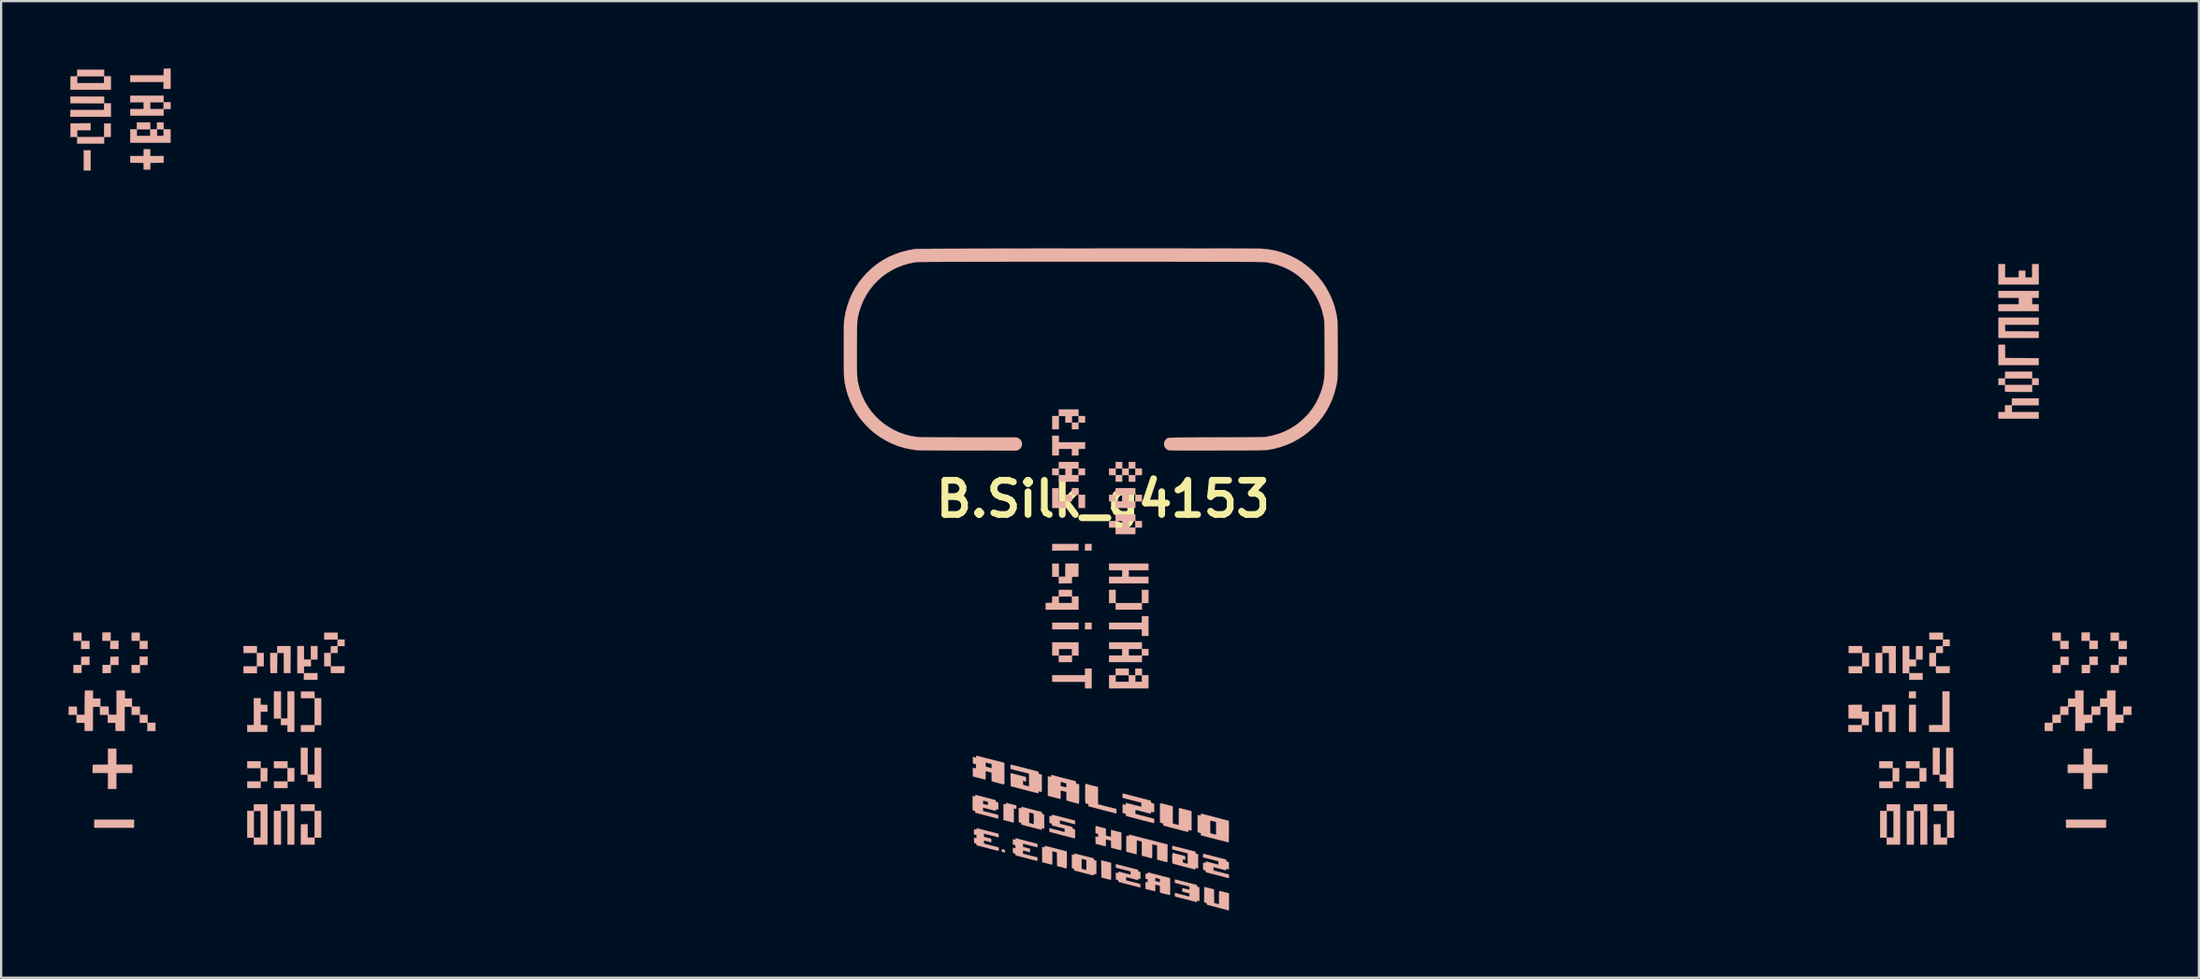
<source format=kicad_pcb>
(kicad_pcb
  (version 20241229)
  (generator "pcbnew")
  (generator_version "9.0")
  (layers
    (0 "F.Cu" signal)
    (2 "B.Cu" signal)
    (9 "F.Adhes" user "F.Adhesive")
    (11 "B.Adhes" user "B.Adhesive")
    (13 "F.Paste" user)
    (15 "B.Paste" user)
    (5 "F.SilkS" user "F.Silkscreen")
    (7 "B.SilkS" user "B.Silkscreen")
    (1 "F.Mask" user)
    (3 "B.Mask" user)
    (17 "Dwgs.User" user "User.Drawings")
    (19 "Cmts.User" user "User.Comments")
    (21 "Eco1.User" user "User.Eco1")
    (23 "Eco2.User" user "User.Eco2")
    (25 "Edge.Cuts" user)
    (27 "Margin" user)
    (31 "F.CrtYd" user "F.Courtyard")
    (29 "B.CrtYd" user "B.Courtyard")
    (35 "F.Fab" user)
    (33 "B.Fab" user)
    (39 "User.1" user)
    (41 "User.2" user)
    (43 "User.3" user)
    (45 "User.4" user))
  (footprint "B.Silk_g4153"
    (layer "F.Cu")
    (at 46.056 19.183)
    (property "Reference" "B.Silk_g4153" (at 0 0 0) (layer "F.SilkS") (effects (font (size 1.524 1.524) (thickness 0.3))))
    (attr through_hole)
    (fp_poly (pts (xy -45.479 6.312) (xy -45.834 6.312) (xy -45.834 5.956) (xy -45.479 5.956) (xy -45.479 6.312)) (stroke (width 0.01) (type solid)) (fill yes) (layer "B.SilkS"))
    (fp_poly (pts (xy -45.123 6.68) (xy -45.491 6.68) (xy -45.491 6.325) (xy -45.123 6.325) (xy -45.123 6.68)) (stroke (width 0.01) (type solid)) (fill yes) (layer "B.SilkS"))
    (fp_poly (pts (xy -45.072 -14.643) (xy -45.377 -14.643) (xy -45.377 -15.532) (xy -45.072 -15.532) (xy -45.072 -14.643)) (stroke (width 0.01) (type solid)) (fill yes) (layer "B.SilkS"))
    (fp_poly (pts (xy -44.183 6.312) (xy -44.552 6.312) (xy -44.545 5.95) (xy -44.183 5.943) (xy -44.183 6.312)) (stroke (width 0.01) (type solid)) (fill yes) (layer "B.SilkS"))
    (fp_poly (pts (xy -43.828 6.68) (xy -44.197 6.68) (xy -44.19 6.318) (xy -43.828 6.311) (xy -43.828 6.68)) (stroke (width 0.01) (type solid)) (fill yes) (layer "B.SilkS"))
    (fp_poly (pts (xy -43.142 14.643) (xy -44.907 14.643) (xy -44.907 14.287) (xy -43.142 14.287) (xy -43.142 14.643)) (stroke (width 0.01) (type solid)) (fill yes) (layer "B.SilkS"))
    (fp_poly (pts (xy -42.888 6.312) (xy -43.243 6.312) (xy -43.243 5.956) (xy -42.888 5.956) (xy -42.888 6.312)) (stroke (width 0.01) (type solid)) (fill yes) (layer "B.SilkS"))
    (fp_poly (pts (xy -42.532 6.68) (xy -42.888 6.68) (xy -42.888 6.325) (xy -42.532 6.325) (xy -42.532 6.68)) (stroke (width 0.01) (type solid)) (fill yes) (layer "B.SilkS"))
    (fp_poly (pts (xy -37.668 6.858) (xy -38.265 6.858) (xy -38.265 6.553) (xy -37.668 6.553) (xy -37.668 6.858)) (stroke (width 0.01) (type solid)) (fill yes) (layer "B.SilkS"))
    (fp_poly (pts (xy -37.668 7.76) (xy -38.265 7.76) (xy -38.265 7.455) (xy -37.668 7.455) (xy -37.668 7.76)) (stroke (width 0.01) (type solid)) (fill yes) (layer "B.SilkS"))
    (fp_poly (pts (xy -37.503 11.989) (xy -38.1 11.989) (xy -38.1 11.684) (xy -37.503 11.684) (xy -37.503 11.989)) (stroke (width 0.01) (type solid)) (fill yes) (layer "B.SilkS"))
    (fp_poly (pts (xy -37.363 7.455) (xy -37.668 7.455) (xy -37.668 6.858) (xy -37.363 6.858) (xy -37.363 7.455)) (stroke (width 0.01) (type solid)) (fill yes) (layer "B.SilkS"))
    (fp_poly (pts (xy -36.601 9.779) (xy -36.906 9.779) (xy -36.906 8.572) (xy -36.601 8.572) (xy -36.601 9.779)) (stroke (width 0.01) (type solid)) (fill yes) (layer "B.SilkS"))
    (fp_poly (pts (xy -36.601 15.392) (xy -36.906 15.392) (xy -36.906 13.894) (xy -36.601 13.894) (xy -36.601 15.392)) (stroke (width 0.01) (type solid)) (fill yes) (layer "B.SilkS"))
    (fp_poly (pts (xy -36.309 11.989) (xy -36.906 11.989) (xy -36.906 11.684) (xy -36.309 11.684) (xy -36.309 11.989)) (stroke (width 0.01) (type solid)) (fill yes) (layer "B.SilkS"))
    (fp_poly (pts (xy -36.309 12.878) (xy -36.906 12.878) (xy -36.906 12.586) (xy -36.309 12.586) (xy -36.309 12.878)) (stroke (width 0.01) (type solid)) (fill yes) (layer "B.SilkS"))
    (fp_poly (pts (xy -36.005 12.586) (xy -36.309 12.586) (xy -36.309 11.989) (xy -36.005 11.989) (xy -36.005 12.586)) (stroke (width 0.01) (type solid)) (fill yes) (layer "B.SilkS"))
    (fp_poly (pts (xy -35.408 12.281) (xy -35.712 12.281) (xy -35.712 11.087) (xy -35.408 11.087) (xy -35.408 12.281)) (stroke (width 0.01) (type solid)) (fill yes) (layer "B.SilkS"))
    (fp_poly (pts (xy -35.103 13.894) (xy -35.712 13.894) (xy -35.712 13.602) (xy -35.103 13.602) (xy -35.103 13.894)) (stroke (width 0.01) (type solid)) (fill yes) (layer "B.SilkS"))
    (fp_poly (pts (xy -34.976 7.15) (xy -35.268 7.15) (xy -35.268 6.553) (xy -34.976 6.553) (xy -34.976 7.15)) (stroke (width 0.01) (type solid)) (fill yes) (layer "B.SilkS"))
    (fp_poly (pts (xy -34.976 8.052) (xy -35.573 8.052) (xy -35.573 7.76) (xy -34.976 7.76) (xy -34.976 8.052)) (stroke (width 0.01) (type solid)) (fill yes) (layer "B.SilkS"))
    (fp_poly (pts (xy -34.811 15.088) (xy -35.103 15.088) (xy -35.103 13.894) (xy -34.811 13.894) (xy -34.811 15.088)) (stroke (width 0.01) (type solid)) (fill yes) (layer "B.SilkS"))
    (fp_poly (pts (xy -34.074 6.261) (xy -34.671 6.261) (xy -34.671 5.956) (xy -34.074 5.956) (xy -34.074 6.261)) (stroke (width 0.01) (type solid)) (fill yes) (layer "B.SilkS"))
    (fp_poly (pts (xy -1.968 -3.111) (xy -2.261 -3.111) (xy -2.261 -3.696) (xy -1.968 -3.696) (xy -1.968 -3.111)) (stroke (width 0.01) (type solid)) (fill yes) (layer "B.SilkS"))
    (fp_poly (pts (xy -1.968 3.467) (xy -2.261 3.467) (xy -2.261 2.883) (xy -1.968 2.883) (xy -1.968 3.467)) (stroke (width 0.01) (type solid)) (fill yes) (layer "B.SilkS"))
    (fp_poly (pts (xy -1.384 0.102) (xy -1.676 0.102) (xy -1.676 -0.191) (xy -1.384 -0.191) (xy -1.384 0.102)) (stroke (width 0.01) (type solid)) (fill yes) (layer "B.SilkS"))
    (fp_poly (pts (xy -1.092 -0.191) (xy -1.384 -0.191) (xy -1.384 -0.483) (xy -1.092 -0.483) (xy -1.092 -0.191)) (stroke (width 0.01) (type solid)) (fill yes) (layer "B.SilkS"))
    (fp_poly (pts (xy -1.092 5.804) (xy -2.261 5.804) (xy -2.261 5.512) (xy -1.092 5.512) (xy -1.092 5.804)) (stroke (width 0.01) (type solid)) (fill yes) (layer "B.SilkS"))
    (fp_poly (pts (xy -0.8 0.394) (xy -1.092 0.394) (xy -1.092 -0.191) (xy -0.8 -0.191) (xy -0.8 0.394)) (stroke (width 0.01) (type solid)) (fill yes) (layer "B.SilkS"))
    (fp_poly (pts (xy -0.508 5.804) (xy -0.8 5.804) (xy -0.8 5.512) (xy -0.508 5.512) (xy -0.508 5.804)) (stroke (width 0.01) (type solid)) (fill yes) (layer "B.SilkS"))
    (fp_poly (pts (xy 0.559 4.636) (xy 0.267 4.636) (xy 0.267 4.051) (xy 0.559 4.051) (xy 0.559 4.636)) (stroke (width 0.01) (type solid)) (fill yes) (layer "B.SilkS"))
    (fp_poly (pts (xy 1.727 4.928) (xy 0.559 4.928) (xy 0.559 4.636) (xy 1.727 4.636) (xy 1.727 4.928)) (stroke (width 0.01) (type solid)) (fill yes) (layer "B.SilkS"))
    (fp_poly (pts (xy 2.019 4.636) (xy 1.727 4.636) (xy 1.727 4.051) (xy 2.019 4.051) (xy 2.019 4.636)) (stroke (width 0.01) (type solid)) (fill yes) (layer "B.SilkS"))
    (fp_poly (pts (xy 33.782 10.376) (xy 33.185 10.376) (xy 33.185 10.071) (xy 33.782 10.071) (xy 33.782 10.376)) (stroke (width 0.01) (type solid)) (fill yes) (layer "B.SilkS"))
    (fp_poly (pts (xy 33.795 6.858) (xy 33.198 6.858) (xy 33.198 6.553) (xy 33.795 6.553) (xy 33.795 6.858)) (stroke (width 0.01) (type solid)) (fill yes) (layer "B.SilkS"))
    (fp_poly (pts (xy 33.795 7.76) (xy 33.198 7.76) (xy 33.198 7.455) (xy 33.795 7.455) (xy 33.795 7.76)) (stroke (width 0.01) (type solid)) (fill yes) (layer "B.SilkS"))
    (fp_poly (pts (xy 34.099 7.455) (xy 33.795 7.455) (xy 33.795 6.858) (xy 34.099 6.858) (xy 34.099 7.455)) (stroke (width 0.01) (type solid)) (fill yes) (layer "B.SilkS"))
    (fp_poly (pts (xy 35.154 11.989) (xy 34.557 11.989) (xy 34.557 11.684) (xy 35.154 11.684) (xy 35.154 11.989)) (stroke (width 0.01) (type solid)) (fill yes) (layer "B.SilkS"))
    (fp_poly (pts (xy 35.154 12.878) (xy 34.557 12.878) (xy 34.557 12.586) (xy 35.154 12.586) (xy 35.154 12.878)) (stroke (width 0.01) (type solid)) (fill yes) (layer "B.SilkS"))
    (fp_poly (pts (xy 35.446 12.586) (xy 35.154 12.586) (xy 35.154 11.989) (xy 35.446 11.989) (xy 35.446 12.586)) (stroke (width 0.01) (type solid)) (fill yes) (layer "B.SilkS"))
    (fp_poly (pts (xy 36.093 15.392) (xy 35.789 15.392) (xy 35.789 13.894) (xy 36.093 13.894) (xy 36.093 15.392)) (stroke (width 0.01) (type solid)) (fill yes) (layer "B.SilkS"))
    (fp_poly (pts (xy 36.347 11.989) (xy 35.751 11.989) (xy 35.751 11.684) (xy 36.347 11.684) (xy 36.347 11.989)) (stroke (width 0.01) (type solid)) (fill yes) (layer "B.SilkS"))
    (fp_poly (pts (xy 36.347 12.878) (xy 35.751 12.878) (xy 35.751 12.586) (xy 36.347 12.586) (xy 36.347 12.878)) (stroke (width 0.01) (type solid)) (fill yes) (layer "B.SilkS"))
    (fp_poly (pts (xy 36.487 7.15) (xy 36.195 7.15) (xy 36.195 6.553) (xy 36.487 6.553) (xy 36.487 7.15)) (stroke (width 0.01) (type solid)) (fill yes) (layer "B.SilkS"))
    (fp_poly (pts (xy 36.487 8.052) (xy 35.89 8.052) (xy 35.89 7.76) (xy 36.487 7.76) (xy 36.487 8.052)) (stroke (width 0.01) (type solid)) (fill yes) (layer "B.SilkS"))
    (fp_poly (pts (xy 36.652 12.586) (xy 36.347 12.586) (xy 36.347 11.989) (xy 36.652 11.989) (xy 36.652 12.586)) (stroke (width 0.01) (type solid)) (fill yes) (layer "B.SilkS"))
    (fp_poly (pts (xy 37.249 12.281) (xy 36.944 12.281) (xy 36.944 11.087) (xy 37.249 11.087) (xy 37.249 12.281)) (stroke (width 0.01) (type solid)) (fill yes) (layer "B.SilkS"))
    (fp_poly (pts (xy 37.389 6.261) (xy 36.792 6.261) (xy 36.792 5.956) (xy 37.389 5.956) (xy 37.389 6.261)) (stroke (width 0.01) (type solid)) (fill yes) (layer "B.SilkS"))
    (fp_poly (pts (xy 37.579 13.894) (xy 36.982 13.894) (xy 36.982 13.602) (xy 37.579 13.602) (xy 37.579 13.894)) (stroke (width 0.01) (type solid)) (fill yes) (layer "B.SilkS"))
    (fp_poly (pts (xy 37.884 15.088) (xy 37.579 15.088) (xy 37.579 13.894) (xy 37.884 13.894) (xy 37.884 15.088)) (stroke (width 0.01) (type solid)) (fill yes) (layer "B.SilkS"))
    (fp_poly (pts (xy 41.656 -4.178) (xy 40.462 -4.178) (xy 40.462 -4.483) (xy 41.656 -4.483) (xy 41.656 -4.178)) (stroke (width 0.01) (type solid)) (fill yes) (layer "B.SilkS"))
    (fp_poly (pts (xy 42.634 6.312) (xy 42.266 6.312) (xy 42.266 5.956) (xy 42.634 5.956) (xy 42.634 6.312)) (stroke (width 0.01) (type solid)) (fill yes) (layer "B.SilkS"))
    (fp_poly (pts (xy 42.989 6.68) (xy 42.621 6.68) (xy 42.621 6.325) (xy 42.989 6.325) (xy 42.989 6.68)) (stroke (width 0.01) (type solid)) (fill yes) (layer "B.SilkS"))
    (fp_poly (pts (xy 44.653 14.643) (xy 42.875 14.643) (xy 42.875 14.287) (xy 44.653 14.287) (xy 44.653 14.643)) (stroke (width 0.01) (type solid)) (fill yes) (layer "B.SilkS"))
    (fp_poly (pts (xy 45.225 6.312) (xy 44.856 6.312) (xy 44.856 5.956) (xy 45.225 5.956) (xy 45.225 6.312)) (stroke (width 0.01) (type solid)) (fill yes) (layer "B.SilkS"))
    (fp_poly (pts (xy 45.58 6.68) (xy 45.212 6.68) (xy 45.212 6.325) (xy 45.58 6.325) (xy 45.58 6.68)) (stroke (width 0.01) (type solid)) (fill yes) (layer "B.SilkS"))
    (fp_poly (pts (xy -1.095 2.149) (xy -1.099 2.292) (xy -2.261 2.299) (xy -2.261 2.007) (xy -1.091 2.007) (xy -1.095 2.149)) (stroke (width 0.01) (type solid)) (fill yes) (layer "B.SilkS"))
    (fp_poly (pts (xy -36.601 13.602) (xy -36.005 13.602) (xy -36.005 15.392) (xy -36.309 15.392) (xy -36.309 13.894) (xy -36.601 13.894) (xy -36.601 13.602)) (stroke (width 0.01) (type solid)) (fill yes) (layer "B.SilkS"))
    (fp_poly (pts (xy -1.968 0.102) (xy -1.676 0.102) (xy -1.676 0.394) (xy -2.261 0.394) (xy -2.261 -0.483) (xy -1.968 -0.483) (xy -1.968 0.102)) (stroke (width 0.01) (type solid)) (fill yes) (layer "B.SilkS"))
    (fp_poly (pts (xy -0.511 2.149) (xy -0.514 2.292) (xy -0.657 2.296) (xy -0.8 2.3) (xy -0.8 2.007) (xy -0.507 2.007) (xy -0.511 2.149)) (stroke (width 0.01) (type solid)) (fill yes) (layer "B.SilkS"))
    (fp_poly (pts (xy 34.684 9.169) (xy 35.281 9.169) (xy 35.281 10.376) (xy 34.989 10.376) (xy 34.989 9.474) (xy 34.684 9.474) (xy 34.684 9.169)) (stroke (width 0.01) (type solid)) (fill yes) (layer "B.SilkS"))
    (fp_poly (pts (xy 36.093 13.602) (xy 36.69 13.602) (xy 36.69 15.392) (xy 36.386 15.392) (xy 36.386 13.894) (xy 36.093 13.894) (xy 36.093 13.602)) (stroke (width 0.01) (type solid)) (fill yes) (layer "B.SilkS"))
    (fp_poly (pts (xy 36.182 8.877) (xy 35.877 8.877) (xy 35.88 8.728) (xy 35.884 8.579) (xy 36.033 8.575) (xy 36.182 8.572) (xy 36.182 8.877)) (stroke (width 0.01) (type solid)) (fill yes) (layer "B.SilkS"))
    (fp_poly (pts (xy 37.287 15.088) (xy 37.579 15.088) (xy 37.579 15.392) (xy 36.982 15.392) (xy 36.982 14.491) (xy 37.287 14.491) (xy 37.287 15.088)) (stroke (width 0.01) (type solid)) (fill yes) (layer "B.SilkS"))
    (fp_poly (pts (xy 37.681 10.376) (xy 36.779 10.376) (xy 36.779 10.071) (xy 37.376 10.071) (xy 37.376 8.572) (xy 37.681 8.572) (xy 37.681 10.376)) (stroke (width 0.01) (type solid)) (fill yes) (layer "B.SilkS"))
    (fp_poly (pts (xy -45.123 7.391) (xy -45.479 7.391) (xy -45.479 7.747) (xy -45.834 7.747) (xy -45.834 7.391) (xy -45.492 7.391) (xy -45.485 7.029) (xy -45.123 7.022) (xy -45.123 7.391)) (stroke (width 0.01) (type solid)) (fill yes) (layer "B.SilkS"))
    (fp_poly (pts (xy -42.532 7.391) (xy -42.875 7.391) (xy -42.875 7.747) (xy -43.243 7.747) (xy -43.243 7.391) (xy -42.888 7.391) (xy -42.888 7.023) (xy -42.532 7.023) (xy -42.532 7.391)) (stroke (width 0.01) (type solid)) (fill yes) (layer "B.SilkS"))
    (fp_poly (pts (xy -37.205 12.579) (xy -37.503 12.587) (xy -37.503 12.878) (xy -38.1 12.878) (xy -38.1 12.586) (xy -37.503 12.586) (xy -37.503 11.989) (xy -37.198 11.989) (xy -37.205 12.579)) (stroke (width 0.01) (type solid)) (fill yes) (layer "B.SilkS"))
    (fp_poly (pts (xy -36.005 10.376) (xy -36.309 10.376) (xy -36.309 10.071) (xy -36.601 10.071) (xy -36.601 9.779) (xy -36.309 9.779) (xy -36.309 8.572) (xy -36.005 8.572) (xy -36.005 10.376)) (stroke (width 0.01) (type solid)) (fill yes) (layer "B.SilkS"))
    (fp_poly (pts (xy -35.573 7.15) (xy -35.268 7.15) (xy -35.268 7.455) (xy -35.573 7.455) (xy -35.573 7.76) (xy -35.865 7.76) (xy -35.865 6.553) (xy -35.573 6.553) (xy -35.573 7.15)) (stroke (width 0.01) (type solid)) (fill yes) (layer "B.SilkS"))
    (fp_poly (pts (xy -35.408 15.088) (xy -35.103 15.088) (xy -35.103 15.392) (xy -35.713 15.392) (xy -35.709 14.945) (xy -35.706 14.497) (xy -35.557 14.493) (xy -35.408 14.49) (xy -35.408 15.088)) (stroke (width 0.01) (type solid)) (fill yes) (layer "B.SilkS"))
    (fp_poly (pts (xy -34.811 12.878) (xy -35.103 12.878) (xy -35.103 12.586) (xy -35.408 12.586) (xy -35.408 12.281) (xy -35.103 12.281) (xy -35.103 11.087) (xy -34.811 11.087) (xy -34.811 12.878)) (stroke (width 0.01) (type solid)) (fill yes) (layer "B.SilkS"))
    (fp_poly (pts (xy -0.508 8.433) (xy -0.8 8.433) (xy -0.8 8.141) (xy -2.261 8.141) (xy -2.261 7.849) (xy -0.8 7.849) (xy -0.8 7.556) (xy -0.508 7.556) (xy -0.508 8.433)) (stroke (width 0.01) (type solid)) (fill yes) (layer "B.SilkS"))
    (fp_poly (pts (xy 2.019 6.096) (xy 1.727 6.096) (xy 1.727 5.804) (xy 0.267 5.804) (xy 0.267 5.512) (xy 1.727 5.512) (xy 1.727 5.22) (xy 2.019 5.22) (xy 2.019 6.096)) (stroke (width 0.01) (type solid)) (fill yes) (layer "B.SilkS"))
    (fp_poly (pts (xy 35.89 7.15) (xy 36.195 7.15) (xy 36.195 7.455) (xy 35.89 7.455) (xy 35.89 7.76) (xy 35.598 7.76) (xy 35.598 6.553) (xy 35.89 6.553) (xy 35.89 7.15)) (stroke (width 0.01) (type solid)) (fill yes) (layer "B.SilkS"))
    (fp_poly (pts (xy 37.846 12.878) (xy 37.541 12.878) (xy 37.541 12.586) (xy 37.249 12.586) (xy 37.249 12.281) (xy 37.541 12.281) (xy 37.541 11.087) (xy 37.846 11.087) (xy 37.846 12.878)) (stroke (width 0.01) (type solid)) (fill yes) (layer "B.SilkS"))
    (fp_poly (pts (xy 40.16 -6.575) (xy 40.164 -6.28) (xy 40.91 -6.277) (xy 41.656 -6.274) (xy 41.656 -5.969) (xy 39.865 -5.969) (xy 39.865 -6.871) (xy 40.157 -6.871) (xy 40.16 -6.575)) (stroke (width 0.01) (type solid)) (fill yes) (layer "B.SilkS"))
    (fp_poly (pts (xy 40.462 -3.873) (xy 41.656 -3.873) (xy 41.656 -3.581) (xy 39.865 -3.581) (xy 39.865 -3.873) (xy 40.157 -3.873) (xy 40.157 -4.178) (xy 40.462 -4.178) (xy 40.462 -3.873)) (stroke (width 0.01) (type solid)) (fill yes) (layer "B.SilkS"))
    (fp_poly (pts (xy 43.929 6.312) (xy 44.285 6.312) (xy 44.285 6.68) (xy 43.917 6.68) (xy 43.917 6.312) (xy 43.56 6.312) (xy 43.567 5.95) (xy 43.929 5.943) (xy 43.929 6.312)) (stroke (width 0.01) (type solid)) (fill yes) (layer "B.SilkS"))
    (fp_poly (pts (xy -1.099 3.461) (xy -1.383 3.468) (xy -1.391 3.753) (xy -1.968 3.76) (xy -1.968 3.468) (xy -1.826 3.464) (xy -1.683 3.461) (xy -1.676 2.883) (xy -1.092 2.883) (xy -1.099 3.461)) (stroke (width 0.01) (type solid)) (fill yes) (layer "B.SilkS"))
    (fp_poly (pts (xy 33.782 9.474) (xy 34.087 9.474) (xy 34.087 10.071) (xy 33.782 10.071) (xy 33.782 9.779) (xy 33.191 9.773) (xy 33.191 9.176) (xy 33.487 9.172) (xy 33.782 9.169) (xy 33.782 9.474)) (stroke (width 0.01) (type solid)) (fill yes) (layer "B.SilkS"))
    (fp_poly (pts (xy 42.987 7.21) (xy 42.99 7.391) (xy 42.634 7.391) (xy 42.634 7.747) (xy 42.278 7.747) (xy 42.278 7.391) (xy 42.621 7.391) (xy 42.628 7.029) (xy 42.983 7.029) (xy 42.987 7.21)) (stroke (width 0.01) (type solid)) (fill yes) (layer "B.SilkS"))
    (fp_poly (pts (xy 45.577 7.21) (xy 45.581 7.391) (xy 45.225 7.391) (xy 45.225 7.747) (xy 44.869 7.747) (xy 44.869 7.391) (xy 45.211 7.391) (xy 45.218 7.029) (xy 45.574 7.029) (xy 45.577 7.21)) (stroke (width 0.01) (type solid)) (fill yes) (layer "B.SilkS"))
    (fp_poly (pts (xy -43.828 7.391) (xy -44.17 7.391) (xy -44.173 7.572) (xy -44.177 7.753) (xy -44.358 7.757) (xy -44.539 7.76) (xy -44.539 7.391) (xy -44.197 7.391) (xy -44.19 7.029) (xy -43.828 7.022) (xy -43.828 7.391)) (stroke (width 0.01) (type solid)) (fill yes) (layer "B.SilkS"))
    (fp_poly (pts (xy -41.516 -18.275) (xy -41.821 -18.275) (xy -41.821 -18.58) (xy -43.307 -18.58) (xy -43.307 -18.872) (xy -41.822 -18.872) (xy -41.818 -19.021) (xy -41.815 -19.171) (xy -41.666 -19.174) (xy -41.516 -19.178) (xy -41.516 -18.275)) (stroke (width 0.01) (type solid)) (fill yes) (layer "B.SilkS"))
    (fp_poly (pts (xy 41.656 -7.772) (xy 40.157 -7.772) (xy 40.16 -7.623) (xy 40.164 -7.474) (xy 40.91 -7.471) (xy 41.656 -7.467) (xy 41.656 -7.176) (xy 39.865 -7.176) (xy 39.865 -8.077) (xy 41.656 -8.077) (xy 41.656 -7.772)) (stroke (width 0.01) (type solid)) (fill yes) (layer "B.SilkS"))
    (fp_poly (pts (xy 44.285 7.391) (xy 43.943 7.391) (xy 43.939 7.572) (xy 43.936 7.753) (xy 43.755 7.757) (xy 43.574 7.76) (xy 43.574 7.391) (xy 43.917 7.391) (xy 43.917 7.023) (xy 44.285 7.023) (xy 44.285 7.391)) (stroke (width 0.01) (type solid)) (fill yes) (layer "B.SilkS"))
    (fp_poly (pts (xy -44.475 -17.628) (xy -44.171 -17.628) (xy -44.171 -17.031) (xy -45.974 -17.031) (xy -45.974 -17.335) (xy -44.475 -17.335) (xy -44.475 -17.627) (xy -45.222 -17.631) (xy -45.968 -17.634) (xy -45.971 -17.783) (xy -45.975 -17.932) (xy -44.475 -17.932) (xy -44.475 -17.628)) (stroke (width 0.01) (type solid)) (fill yes) (layer "B.SilkS"))
    (fp_poly (pts (xy -37.198 15.392) (xy -37.808 15.392) (xy -37.808 15.088) (xy -38.1 15.088) (xy -38.1 13.894) (xy -37.808 13.894) (xy -37.808 15.088) (xy -37.503 15.088) (xy -37.503 13.894) (xy -37.808 13.894) (xy -37.808 13.602) (xy -37.198 13.602) (xy -37.198 15.392)) (stroke (width 0.01) (type solid)) (fill yes) (layer "B.SilkS"))
    (fp_poly (pts (xy -1.968 -2.527) (xy -0.8 -2.527) (xy -0.8 -2.235) (xy -1.092 -2.235) (xy -1.092 -1.943) (xy -1.384 -1.943) (xy -1.384 -2.235) (xy -1.968 -2.235) (xy -1.968 -1.943) (xy -2.261 -1.943) (xy -2.261 -2.819) (xy -1.968 -2.819) (xy -1.968 -2.527)) (stroke (width 0.01) (type solid)) (fill yes) (layer "B.SilkS"))
    (fp_poly (pts (xy 2.019 3.175) (xy 1.143 3.175) (xy 1.143 3.467) (xy 2.019 3.467) (xy 2.019 3.759) (xy 0.267 3.759) (xy 0.267 3.467) (xy 0.851 3.467) (xy 0.851 3.175) (xy 0.267 3.175) (xy 0.267 2.883) (xy 2.019 2.883) (xy 2.019 3.175)) (stroke (width 0.01) (type solid)) (fill yes) (layer "B.SilkS"))
    (fp_poly (pts (xy 35.484 15.392) (xy 34.887 15.392) (xy 34.887 15.088) (xy 34.595 15.088) (xy 34.595 13.894) (xy 34.887 13.894) (xy 34.887 15.088) (xy 35.192 15.088) (xy 35.192 13.894) (xy 34.887 13.894) (xy 34.887 13.602) (xy 35.484 13.602) (xy 35.484 15.392)) (stroke (width 0.01) (type solid)) (fill yes) (layer "B.SilkS"))
    (fp_poly (pts (xy 40.157 -9.868) (xy 40.767 -9.868) (xy 40.767 -10.173) (xy 41.059 -10.173) (xy 41.059 -9.868) (xy 41.364 -9.868) (xy 41.364 -10.465) (xy 41.656 -10.465) (xy 41.656 -9.563) (xy 39.865 -9.563) (xy 39.865 -10.465) (xy 40.157 -10.465) (xy 40.157 -9.868)) (stroke (width 0.01) (type solid)) (fill yes) (layer "B.SilkS"))
    (fp_poly (pts (xy 41.656 -8.966) (xy 41.364 -8.966) (xy 41.364 -8.674) (xy 41.656 -8.674) (xy 41.656 -8.369) (xy 39.865 -8.369) (xy 39.865 -8.674) (xy 40.767 -8.674) (xy 40.767 -8.966) (xy 39.865 -8.966) (xy 39.865 -9.271) (xy 41.656 -9.271) (xy 41.656 -8.966)) (stroke (width 0.01) (type solid)) (fill yes) (layer "B.SilkS"))
    (fp_poly (pts (xy -37.503 9.169) (xy -37.354 9.172) (xy -37.205 9.176) (xy -37.197 9.474) (xy -37.503 9.474) (xy -37.503 10.07) (xy -37.354 10.074) (xy -37.205 10.077) (xy -37.205 10.37) (xy -38.1 10.376) (xy -38.1 10.071) (xy -37.808 10.071) (xy -37.808 8.877) (xy -37.503 8.877) (xy -37.503 9.169)) (stroke (width 0.01) (type solid)) (fill yes) (layer "B.SilkS"))
    (fp_poly (pts (xy -33.776 7.753) (xy -34.069 7.757) (xy -34.152 7.757) (xy -34.228 7.757) (xy -34.291 7.756) (xy -34.338 7.755) (xy -34.365 7.753) (xy -34.37 7.751) (xy -34.374 7.736) (xy -34.376 7.701) (xy -34.378 7.651) (xy -34.379 7.599) (xy -34.379 7.455) (xy -33.768 7.455) (xy -33.776 7.753)) (stroke (width 0.01) (type solid)) (fill yes) (layer "B.SilkS"))
    (fp_poly (pts (xy -33.769 6.553) (xy -34.074 6.553) (xy -34.074 6.858) (xy -34.379 6.858) (xy -34.379 7.455) (xy -34.671 7.455) (xy -34.671 6.858) (xy -34.38 6.858) (xy -34.376 6.709) (xy -34.373 6.56) (xy -34.223 6.556) (xy -34.074 6.552) (xy -34.074 6.261) (xy -33.769 6.261) (xy -33.769 6.553)) (stroke (width 0.01) (type solid)) (fill yes) (layer "B.SilkS"))
    (fp_poly (pts (xy 37.687 7.753) (xy 37.394 7.757) (xy 37.31 7.757) (xy 37.235 7.757) (xy 37.172 7.756) (xy 37.125 7.755) (xy 37.098 7.753) (xy 37.093 7.751) (xy 37.089 7.736) (xy 37.086 7.701) (xy 37.085 7.651) (xy 37.084 7.599) (xy 37.084 7.455) (xy 37.694 7.455) (xy 37.687 7.753)) (stroke (width 0.01) (type solid)) (fill yes) (layer "B.SilkS"))
    (fp_poly (pts (xy 37.694 6.553) (xy 37.389 6.553) (xy 37.389 6.858) (xy 37.084 6.858) (xy 37.084 7.455) (xy 36.792 7.455) (xy 36.792 6.858) (xy 37.083 6.858) (xy 37.087 6.709) (xy 37.09 6.56) (xy 37.24 6.556) (xy 37.389 6.552) (xy 37.389 6.261) (xy 37.694 6.261) (xy 37.694 6.553)) (stroke (width 0.01) (type solid)) (fill yes) (layer "B.SilkS"))
    (fp_poly (pts (xy -45.072 -16.434) (xy -45.669 -16.434) (xy -45.669 -16.129) (xy -44.476 -16.129) (xy -44.469 -16.732) (xy -44.177 -16.732) (xy -44.177 -16.135) (xy -44.475 -16.128) (xy -44.475 -15.837) (xy -45.669 -15.837) (xy -45.669 -16.128) (xy -45.968 -16.135) (xy -45.968 -16.732) (xy -45.52 -16.736) (xy -45.072 -16.739) (xy -45.072 -16.434)) (stroke (width 0.01) (type solid)) (fill yes) (layer "B.SilkS"))
    (fp_poly (pts (xy -42.418 -15.278) (xy -41.821 -15.278) (xy -41.821 -14.986) (xy -42.116 -14.983) (xy -42.412 -14.98) (xy -42.415 -14.83) (xy -42.419 -14.681) (xy -42.709 -14.681) (xy -42.716 -14.98) (xy -43.012 -14.983) (xy -43.307 -14.986) (xy -43.307 -15.278) (xy -42.71 -15.278) (xy -42.71 -15.583) (xy -42.418 -15.583) (xy -42.418 -15.278)) (stroke (width 0.01) (type solid)) (fill yes) (layer "B.SilkS"))
    (fp_poly (pts (xy -1.092 6.972) (xy -1.384 6.972) (xy -1.384 7.264) (xy -1.968 7.264) (xy -1.968 6.972) (xy -2.261 6.972) (xy -2.261 6.68) (xy -1.968 6.68) (xy -1.968 6.972) (xy -1.384 6.972) (xy -1.384 6.68) (xy -1.968 6.68) (xy -2.261 6.68) (xy -2.261 6.388) (xy -1.092 6.388) (xy -1.092 6.972)) (stroke (width 0.01) (type solid)) (fill yes) (layer "B.SilkS"))
    (fp_poly (pts (xy 34.684 10.376) (xy 34.54 10.376) (xy 34.482 10.375) (xy 34.433 10.373) (xy 34.4 10.37) (xy 34.387 10.367) (xy 34.385 10.353) (xy 34.384 10.316) (xy 34.382 10.26) (xy 34.381 10.188) (xy 34.38 10.101) (xy 34.379 10.004) (xy 34.379 9.917) (xy 34.379 9.474) (xy 34.684 9.474) (xy 34.684 10.376)) (stroke (width 0.01) (type solid)) (fill yes) (layer "B.SilkS"))
    (fp_poly (pts (xy -1.092 4.343) (xy -1.092 4.928) (xy -2.553 4.928) (xy -2.553 4.636) (xy -2.41 4.633) (xy -2.267 4.629) (xy -2.263 4.486) (xy -2.26 4.343) (xy -1.968 4.343) (xy -1.968 4.636) (xy -1.384 4.636) (xy -1.384 4.343) (xy -1.968 4.343) (xy -1.968 4.051) (xy -1.384 4.051) (xy -1.384 4.343) (xy -1.092 4.343)) (stroke (width 0.01) (type solid)) (fill yes) (layer "B.SilkS"))
    (fp_poly (pts (xy -44.171 -18.834) (xy -44.171 -18.237) (xy -45.974 -18.237) (xy -45.971 -18.532) (xy -45.968 -18.828) (xy -45.818 -18.831) (xy -45.703 -18.834) (xy -45.669 -18.834) (xy -45.669 -18.529) (xy -44.475 -18.529) (xy -44.475 -18.834) (xy -45.669 -18.834) (xy -45.703 -18.834) (xy -45.669 -18.835) (xy -45.669 -19.126) (xy -44.475 -19.126) (xy -44.475 -18.834) (xy -44.171 -18.834)) (stroke (width 0.01) (type solid)) (fill yes) (layer "B.SilkS"))
    (fp_poly (pts (xy 36.182 10.376) (xy 36.036 10.376) (xy 35.966 10.375) (xy 35.919 10.372) (xy 35.892 10.367) (xy 35.883 10.36) (xy 35.882 10.344) (xy 35.881 10.306) (xy 35.88 10.247) (xy 35.88 10.171) (xy 35.88 10.08) (xy 35.88 9.976) (xy 35.88 9.863) (xy 35.881 9.76) (xy 35.884 9.176) (xy 36.033 9.172) (xy 36.182 9.169) (xy 36.182 10.376)) (stroke (width 0.01) (type solid)) (fill yes) (layer "B.SilkS"))
    (fp_poly (pts (xy -41.516 -17.678) (xy -41.516 -17.374) (xy -41.821 -17.374) (xy -41.821 -17.081) (xy -43.307 -17.081) (xy -43.307 -17.374) (xy -42.71 -17.374) (xy -42.71 -17.678) (xy -42.418 -17.678) (xy -42.418 -17.374) (xy -41.821 -17.374) (xy -41.821 -17.678) (xy -42.418 -17.678) (xy -42.71 -17.678) (xy -43.307 -17.678) (xy -43.307 -17.971) (xy -41.821 -17.971) (xy -41.821 -17.678) (xy -41.516 -17.678)) (stroke (width 0.01) (type solid)) (fill yes) (layer "B.SilkS"))
    (fp_poly (pts (xy -1.968 -3.988) (xy -1.092 -3.988) (xy -1.092 -3.696) (xy -0.8 -3.696) (xy -0.8 -3.404) (xy -1.092 -3.404) (xy -1.092 -3.111) (xy -1.384 -3.111) (xy -1.384 -3.404) (xy -1.676 -3.404) (xy -1.676 -3.696) (xy -1.384 -3.696) (xy -1.384 -3.404) (xy -1.092 -3.404) (xy -1.092 -3.696) (xy -1.384 -3.696) (xy -1.676 -3.696) (xy -1.968 -3.696) (xy -1.968 -3.988)) (stroke (width 0.01) (type solid)) (fill yes) (layer "B.SilkS"))
    (fp_poly (pts (xy 2.019 6.68) (xy 2.019 6.972) (xy 1.727 6.972) (xy 1.727 7.264) (xy 0.267 7.264) (xy 0.267 6.972) (xy 0.851 6.972) (xy 0.851 6.68) (xy 1.143 6.68) (xy 1.143 6.972) (xy 1.727 6.972) (xy 1.727 6.68) (xy 1.143 6.68) (xy 0.851 6.68) (xy 0.267 6.68) (xy 0.267 6.388) (xy 1.727 6.388) (xy 1.727 6.68) (xy 2.019 6.68)) (stroke (width 0.01) (type solid)) (fill yes) (layer "B.SilkS"))
    (fp_poly (pts (xy -4.438 15.616) (xy -4.416 15.622) (xy -4.387 15.632) (xy -4.373 15.645) (xy -4.369 15.671) (xy -4.369 15.691) (xy -4.371 15.725) (xy -4.376 15.745) (xy -4.378 15.747) (xy -4.395 15.743) (xy -4.428 15.735) (xy -4.445 15.73) (xy -4.48 15.72) (xy -4.497 15.707) (xy -4.504 15.684) (xy -4.506 15.662) (xy -4.506 15.629) (xy -4.498 15.612) (xy -4.477 15.608) (xy -4.438 15.616)) (stroke (width 0.01) (type solid)) (fill yes) (layer "B.SilkS"))
    (fp_poly (pts (xy -41.516 -16.472) (xy -41.516 -15.875) (xy -43.307 -15.875) (xy -43.307 -16.472) (xy -43.015 -16.472) (xy -43.015 -16.18) (xy -42.418 -16.18) (xy -42.418 -16.472) (xy -43.015 -16.472) (xy -43.015 -16.777) (xy -42.418 -16.777) (xy -42.418 -16.472) (xy -42.113 -16.472) (xy -42.113 -16.18) (xy -41.821 -16.18) (xy -41.821 -16.472) (xy -42.113 -16.472) (xy -42.113 -16.777) (xy -41.821 -16.777) (xy -41.821 -16.472) (xy -41.516 -16.472)) (stroke (width 0.01) (type solid)) (fill yes) (layer "B.SilkS"))
    (fp_poly (pts (xy 2.019 7.849) (xy 2.019 8.433) (xy 0.267 8.433) (xy 0.267 7.849) (xy 0.559 7.849) (xy 0.559 8.141) (xy 1.143 8.141) (xy 1.143 7.849) (xy 0.559 7.849) (xy 0.559 7.556) (xy 1.143 7.556) (xy 1.143 7.849) (xy 1.435 7.849) (xy 1.435 8.141) (xy 1.727 8.141) (xy 1.727 7.849) (xy 1.435 7.849) (xy 1.435 7.556) (xy 1.727 7.556) (xy 1.727 7.849) (xy 2.019 7.849)) (stroke (width 0.01) (type solid)) (fill yes) (layer "B.SilkS"))
    (fp_poly (pts (xy -36.176 7.753) (xy -36.468 7.753) (xy -36.471 7.306) (xy -36.475 6.858) (xy -36.766 6.858) (xy -36.773 7.753) (xy -36.913 7.757) (xy -36.971 7.758) (xy -37.018 7.757) (xy -37.051 7.754) (xy -37.062 7.752) (xy -37.065 7.737) (xy -37.066 7.7) (xy -37.068 7.644) (xy -37.069 7.571) (xy -37.07 7.485) (xy -37.071 7.388) (xy -37.071 7.3) (xy -37.071 6.858) (xy -36.767 6.858) (xy -36.767 6.553) (xy -36.169 6.553) (xy -36.176 7.753)) (stroke (width 0.01) (type solid)) (fill yes) (layer "B.SilkS"))
    (fp_poly (pts (xy -0.8 -1.359) (xy -0.8 -1.067) (xy -1.092 -1.067) (xy -1.092 -0.775) (xy -1.968 -0.775) (xy -1.968 -1.067) (xy -2.261 -1.067) (xy -2.261 -1.359) (xy -1.968 -1.359) (xy -1.968 -1.067) (xy -1.676 -1.067) (xy -1.676 -1.359) (xy -1.384 -1.359) (xy -1.384 -1.067) (xy -1.092 -1.067) (xy -1.092 -1.359) (xy -1.384 -1.359) (xy -1.676 -1.359) (xy -1.968 -1.359) (xy -1.968 -1.651) (xy -1.092 -1.651) (xy -1.092 -1.359) (xy -0.8 -1.359)) (stroke (width 0.01) (type solid)) (fill yes) (layer "B.SilkS"))
    (fp_poly (pts (xy 1.727 -0.191) (xy 1.727 0.102) (xy 1.435 0.102) (xy 1.435 0.394) (xy 0.559 0.394) (xy 0.559 0.102) (xy 0.267 0.102) (xy 0.267 -0.191) (xy 0.559 -0.191) (xy 0.559 0.102) (xy 0.851 0.102) (xy 0.851 -0.191) (xy 1.143 -0.191) (xy 1.143 0.102) (xy 1.435 0.102) (xy 1.435 -0.191) (xy 1.143 -0.191) (xy 0.851 -0.191) (xy 0.559 -0.191) (xy 0.559 -0.483) (xy 1.435 -0.483) (xy 1.435 -0.191) (xy 1.727 -0.191)) (stroke (width 0.01) (type solid)) (fill yes) (layer "B.SilkS"))
    (fp_poly (pts (xy 1.727 0.978) (xy 1.727 1.27) (xy 1.435 1.27) (xy 1.435 1.562) (xy 0.559 1.562) (xy 0.559 1.27) (xy 0.267 1.27) (xy 0.267 0.978) (xy 0.559 0.978) (xy 0.559 1.27) (xy 0.851 1.27) (xy 0.851 0.978) (xy 1.143 0.978) (xy 1.143 1.27) (xy 1.435 1.27) (xy 1.435 0.978) (xy 1.143 0.978) (xy 0.851 0.978) (xy 0.559 0.978) (xy 0.559 0.686) (xy 1.435 0.686) (xy 1.435 0.978) (xy 1.727 0.978)) (stroke (width 0.01) (type solid)) (fill yes) (layer "B.SilkS"))
    (fp_poly (pts (xy 35.293 7.761) (xy 34.995 7.753) (xy 34.992 7.306) (xy 34.988 6.858) (xy 34.697 6.858) (xy 34.69 7.753) (xy 34.55 7.757) (xy 34.492 7.758) (xy 34.445 7.757) (xy 34.412 7.754) (xy 34.4 7.752) (xy 34.398 7.737) (xy 34.396 7.7) (xy 34.395 7.644) (xy 34.393 7.571) (xy 34.392 7.485) (xy 34.392 7.388) (xy 34.392 7.3) (xy 34.392 6.858) (xy 34.696 6.858) (xy 34.696 6.553) (xy 35.293 6.553) (xy 35.293 7.761)) (stroke (width 0.01) (type solid)) (fill yes) (layer "B.SilkS"))
    (fp_poly (pts (xy 44.031 11.306) (xy 44.03 11.393) (xy 44.03 11.491) (xy 44.03 11.587) (xy 44.03 11.662) (xy 44.031 11.836) (xy 44.717 11.836) (xy 44.717 12.205) (xy 44.031 12.205) (xy 44.031 12.916) (xy 43.663 12.916) (xy 43.663 12.205) (xy 42.951 12.205) (xy 42.951 11.836) (xy 43.663 11.836) (xy 43.663 11.662) (xy 43.663 11.577) (xy 43.663 11.48) (xy 43.663 11.382) (xy 43.663 11.306) (xy 43.661 11.125) (xy 44.032 11.125) (xy 44.031 11.306)) (stroke (width 0.01) (type solid)) (fill yes) (layer "B.SilkS"))
    (fp_poly (pts (xy -43.929 11.836) (xy -43.218 11.836) (xy -43.218 12.205) (xy -43.929 12.205) (xy -43.929 12.916) (xy -44.299 12.916) (xy -44.298 12.735) (xy -44.297 12.648) (xy -44.297 12.55) (xy -44.297 12.454) (xy -44.297 12.379) (xy -44.298 12.205) (xy -44.984 12.205) (xy -44.977 11.843) (xy -44.637 11.839) (xy -44.298 11.836) (xy -44.297 11.662) (xy -44.297 11.577) (xy -44.297 11.48) (xy -44.297 11.382) (xy -44.298 11.306) (xy -44.299 11.125) (xy -43.929 11.125) (xy -43.929 11.836)) (stroke (width 0.01) (type solid)) (fill yes) (layer "B.SilkS"))
    (fp_poly (pts (xy -0.048 16.108) (xy -0.026 16.114) (xy 0.016 16.124) (xy 0.072 16.139) (xy 0.137 16.156) (xy 0.168 16.164) (xy 0.356 16.212) (xy 0.356 16.589) (xy 0.355 16.684) (xy 0.354 16.77) (xy 0.353 16.845) (xy 0.351 16.904) (xy 0.349 16.945) (xy 0.347 16.965) (xy 0.346 16.966) (xy 0.331 16.963) (xy 0.296 16.954) (xy 0.245 16.941) (xy 0.182 16.925) (xy 0.133 16.912) (xy -0.07 16.859) (xy -0.073 16.48) (xy -0.077 16.101) (xy -0.048 16.108)) (stroke (width 0.01) (type solid)) (fill yes) (layer "B.SilkS"))
    (fp_poly (pts (xy -35.102 8.877) (xy -34.811 8.877) (xy -34.811 10.071) (xy -35.102 10.071) (xy -35.109 10.37) (xy -35.405 10.373) (xy -35.502 10.374) (xy -35.577 10.374) (xy -35.632 10.373) (xy -35.67 10.371) (xy -35.693 10.367) (xy -35.705 10.362) (xy -35.707 10.359) (xy -35.709 10.34) (xy -35.71 10.302) (xy -35.71 10.25) (xy -35.71 10.21) (xy -35.706 10.077) (xy -35.103 10.071) (xy -35.103 8.878) (xy -35.404 8.874) (xy -35.706 8.871) (xy -35.706 8.579) (xy -35.109 8.579) (xy -35.102 8.877)) (stroke (width 0.01) (type solid)) (fill yes) (layer "B.SilkS"))
    (fp_poly (pts (xy 1.727 -1.359) (xy 1.727 -1.067) (xy 1.435 -1.067) (xy 1.435 -0.775) (xy 1.143 -0.775) (xy 1.143 -1.067) (xy 0.851 -1.067) (xy 0.851 -0.775) (xy 0.559 -0.775) (xy 0.559 -1.067) (xy 0.267 -1.067) (xy 0.267 -1.359) (xy 0.559 -1.359) (xy 0.559 -1.067) (xy 0.851 -1.067) (xy 0.851 -1.359) (xy 0.559 -1.359) (xy 0.559 -1.651) (xy 0.851 -1.651) (xy 0.851 -1.359) (xy 1.143 -1.359) (xy 1.143 -1.067) (xy 1.435 -1.067) (xy 1.435 -1.359) (xy 1.143 -1.359) (xy 1.143 -1.651) (xy 1.435 -1.651) (xy 1.435 -1.359) (xy 1.727 -1.359)) (stroke (width 0.01) (type solid)) (fill yes) (layer "B.SilkS"))
    (fp_poly (pts (xy 41.656 -5.372) (xy 41.656 -5.08) (xy 41.364 -5.08) (xy 41.364 -4.775) (xy 40.769 -4.775) (xy 40.649 -4.775) (xy 40.536 -4.776) (xy 40.434 -4.777) (xy 40.344 -4.778) (xy 40.27 -4.779) (xy 40.214 -4.78) (xy 40.178 -4.782) (xy 40.166 -4.784) (xy 40.162 -4.799) (xy 40.16 -4.834) (xy 40.158 -4.884) (xy 40.157 -4.936) (xy 40.157 -5.08) (xy 39.865 -5.08) (xy 39.865 -5.372) (xy 40.157 -5.372) (xy 40.157 -5.372) (xy 40.157 -5.08) (xy 41.364 -5.08) (xy 41.364 -5.372) (xy 40.157 -5.372) (xy 40.157 -5.372) (xy 40.16 -5.521) (xy 40.164 -5.671) (xy 40.764 -5.674) (xy 41.364 -5.677) (xy 41.364 -5.372) (xy 41.656 -5.372)) (stroke (width 0.01) (type solid)) (fill yes) (layer "B.SilkS"))
    (fp_poly (pts (xy -4.296 13.543) (xy -4.276 13.549) (xy -4.236 13.559) (xy -4.183 13.573) (xy -4.119 13.589) (xy -4.096 13.595) (xy -4.03 13.611) (xy -3.971 13.626) (xy -3.924 13.638) (xy -3.894 13.646) (xy -3.889 13.647) (xy -3.873 13.655) (xy -3.865 13.669) (xy -3.861 13.698) (xy -3.861 13.73) (xy -3.862 13.774) (xy -3.869 13.798) (xy -3.887 13.804) (xy -3.92 13.797) (xy -3.934 13.793) (xy -3.975 13.781) (xy -3.975 14.098) (xy -3.975 14.184) (xy -3.976 14.262) (xy -3.978 14.327) (xy -3.98 14.376) (xy -3.983 14.406) (xy -3.985 14.413) (xy -3.999 14.41) (xy -4.035 14.401) (xy -4.086 14.388) (xy -4.15 14.371) (xy -4.213 14.354) (xy -4.432 14.296) (xy -4.432 13.586) (xy -4.397 13.595) (xy -4.363 13.603) (xy -4.34 13.61) (xy -4.325 13.609) (xy -4.319 13.592) (xy -4.318 13.576) (xy -4.315 13.549) (xy -4.305 13.541) (xy -4.296 13.543)) (stroke (width 0.01) (type solid)) (fill yes) (layer "B.SilkS"))
    (fp_poly (pts (xy 43.65 9.614) (xy 44.005 9.614) (xy 44.005 9.246) (xy 44.386 9.246) (xy 44.386 8.89) (xy 44.704 8.89) (xy 44.704 8.534) (xy 45.072 8.534) (xy 45.072 9.614) (xy 45.415 9.614) (xy 45.422 9.252) (xy 45.783 9.245) (xy 45.783 9.614) (xy 45.428 9.614) (xy 45.428 9.97) (xy 45.072 9.97) (xy 45.072 10.338) (xy 44.717 10.338) (xy 44.716 10.157) (xy 44.716 10.094) (xy 44.716 10.011) (xy 44.716 9.914) (xy 44.716 9.81) (xy 44.716 9.703) (xy 44.716 9.617) (xy 44.717 9.258) (xy 44.399 9.258) (xy 44.399 9.614) (xy 44.044 9.614) (xy 44.044 9.969) (xy 43.707 9.976) (xy 43.7 10.338) (xy 43.294 10.338) (xy 43.294 9.258) (xy 42.977 9.258) (xy 42.977 9.614) (xy 42.634 9.614) (xy 42.634 9.969) (xy 42.459 9.972) (xy 42.285 9.976) (xy 42.278 10.338) (xy 41.923 10.338) (xy 41.923 9.97) (xy 42.266 9.97) (xy 42.266 9.615) (xy 42.615 9.608) (xy 42.618 9.427) (xy 42.622 9.246) (xy 42.964 9.246) (xy 42.964 8.89) (xy 43.282 8.89) (xy 43.282 8.534) (xy 43.65 8.534) (xy 43.65 9.614)) (stroke (width 0.01) (type solid)) (fill yes) (layer "B.SilkS"))
    (fp_poly (pts (xy -0.755 12.695) (xy -0.718 12.706) (xy -0.663 12.72) (xy -0.596 12.738) (xy -0.52 12.757) (xy -0.492 12.765) (xy -0.229 12.833) (xy -0.229 13.601) (xy -0.2 13.609) (xy -0.181 13.613) (xy -0.14 13.624) (xy -0.082 13.639) (xy -0.009 13.658) (xy 0.076 13.68) (xy 0.169 13.704) (xy 0.21 13.715) (xy 0.591 13.813) (xy 0.594 13.911) (xy 0.595 13.957) (xy 0.593 13.99) (xy 0.589 14.006) (xy 0.588 14.007) (xy 0.574 14.003) (xy 0.538 13.994) (xy 0.482 13.98) (xy 0.409 13.961) (xy 0.32 13.938) (xy 0.219 13.912) (xy 0.108 13.883) (xy -0.012 13.852) (xy -0.035 13.846) (xy -0.648 13.686) (xy -0.648 13.638) (xy -0.649 13.608) (xy -0.659 13.591) (xy -0.684 13.581) (xy -0.702 13.576) (xy -0.739 13.566) (xy -0.766 13.559) (xy -0.772 13.557) (xy -0.776 13.55) (xy -0.78 13.531) (xy -0.782 13.497) (xy -0.785 13.447) (xy -0.786 13.379) (xy -0.787 13.29) (xy -0.787 13.179) (xy -0.787 13.118) (xy -0.787 12.997) (xy -0.787 12.9) (xy -0.786 12.824) (xy -0.784 12.767) (xy -0.782 12.727) (xy -0.779 12.703) (xy -0.775 12.692) (xy -0.772 12.691) (xy -0.755 12.695)) (stroke (width 0.01) (type solid)) (fill yes) (layer "B.SilkS"))
    (fp_poly (pts (xy -2.567 15.459) (xy -2.531 15.468) (xy -2.477 15.482) (xy -2.408 15.499) (xy -2.326 15.52) (xy -2.236 15.543) (xy -2.203 15.552) (xy -2.104 15.577) (xy -2.007 15.602) (xy -1.917 15.626) (xy -1.837 15.646) (xy -1.773 15.662) (xy -1.729 15.674) (xy -1.724 15.675) (xy -1.613 15.702) (xy -1.613 16.081) (xy -1.613 16.176) (xy -1.614 16.262) (xy -1.615 16.336) (xy -1.617 16.396) (xy -1.619 16.437) (xy -1.622 16.457) (xy -1.622 16.458) (xy -1.637 16.455) (xy -1.672 16.446) (xy -1.724 16.433) (xy -1.786 16.416) (xy -1.835 16.404) (xy -2.038 16.35) (xy -2.051 15.742) (xy -2.156 15.714) (xy -2.261 15.687) (xy -2.261 15.992) (xy -2.261 16.088) (xy -2.261 16.161) (xy -2.262 16.215) (xy -2.264 16.252) (xy -2.267 16.275) (xy -2.271 16.286) (xy -2.277 16.29) (xy -2.281 16.289) (xy -2.301 16.283) (xy -2.34 16.272) (xy -2.393 16.258) (xy -2.456 16.242) (xy -2.475 16.237) (xy -2.54 16.22) (xy -2.598 16.205) (xy -2.644 16.193) (xy -2.673 16.186) (xy -2.677 16.185) (xy -2.705 16.177) (xy -2.705 15.504) (xy -2.648 15.512) (xy -2.613 15.517) (xy -2.596 15.514) (xy -2.591 15.501) (xy -2.591 15.488) (xy -2.588 15.464) (xy -2.581 15.456) (xy -2.567 15.459)) (stroke (width 0.01) (type solid)) (fill yes) (layer "B.SilkS"))
    (fp_poly (pts (xy 4.524 17.288) (xy 4.558 17.297) (xy 4.607 17.31) (xy 4.669 17.326) (xy 4.724 17.34) (xy 4.934 17.395) (xy 4.947 18.002) (xy 5.023 18.022) (xy 5.07 18.035) (xy 5.112 18.046) (xy 5.134 18.051) (xy 5.169 18.06) (xy 5.169 17.761) (xy 5.169 17.659) (xy 5.17 17.581) (xy 5.173 17.524) (xy 5.176 17.486) (xy 5.18 17.467) (xy 5.184 17.462) (xy 5.201 17.466) (xy 5.237 17.474) (xy 5.29 17.487) (xy 5.353 17.503) (xy 5.4 17.515) (xy 5.601 17.568) (xy 5.601 17.947) (xy 5.601 18.042) (xy 5.6 18.128) (xy 5.6 18.203) (xy 5.599 18.262) (xy 5.599 18.304) (xy 5.598 18.324) (xy 5.598 18.325) (xy 5.585 18.322) (xy 5.551 18.313) (xy 5.497 18.299) (xy 5.427 18.28) (xy 5.344 18.259) (xy 5.249 18.234) (xy 5.147 18.207) (xy 5.144 18.206) (xy 5.039 18.179) (xy 4.942 18.154) (xy 4.853 18.131) (xy 4.778 18.111) (xy 4.718 18.096) (xy 4.677 18.085) (xy 4.658 18.08) (xy 4.632 18.069) (xy 4.623 18.045) (xy 4.623 18.034) (xy 4.62 18.01) (xy 4.608 17.996) (xy 4.58 17.986) (xy 4.566 17.982) (xy 4.508 17.967) (xy 4.508 17.626) (xy 4.509 17.536) (xy 4.509 17.455) (xy 4.509 17.386) (xy 4.51 17.332) (xy 4.511 17.298) (xy 4.512 17.285) (xy 4.512 17.285) (xy 4.524 17.288)) (stroke (width 0.01) (type solid)) (fill yes) (layer "B.SilkS"))
    (fp_poly (pts (xy -44.971 8.89) (xy -44.641 8.89) (xy -44.641 9.246) (xy -44.273 9.246) (xy -44.266 9.608) (xy -43.917 9.615) (xy -43.917 8.534) (xy -43.548 8.534) (xy -43.548 8.89) (xy -43.231 8.89) (xy -43.231 9.245) (xy -43.056 9.248) (xy -42.882 9.252) (xy -42.878 9.433) (xy -42.875 9.614) (xy -42.532 9.614) (xy -42.532 9.97) (xy -42.189 9.97) (xy -42.189 10.338) (xy -42.545 10.338) (xy -42.545 9.97) (xy -42.888 9.97) (xy -42.888 9.614) (xy -43.243 9.614) (xy -43.243 9.258) (xy -43.561 9.258) (xy -43.561 9.798) (xy -43.561 10.338) (xy -43.761 10.335) (xy -43.961 10.331) (xy -43.968 9.97) (xy -44.31 9.97) (xy -44.31 9.614) (xy -44.653 9.614) (xy -44.653 9.258) (xy -44.97 9.258) (xy -44.974 9.795) (xy -44.977 10.331) (xy -45.149 10.335) (xy -45.213 10.336) (xy -45.267 10.335) (xy -45.308 10.333) (xy -45.329 10.331) (xy -45.33 10.33) (xy -45.333 10.314) (xy -45.336 10.279) (xy -45.338 10.227) (xy -45.339 10.165) (xy -45.339 10.145) (xy -45.339 9.97) (xy -45.695 9.97) (xy -45.695 9.614) (xy -46.051 9.614) (xy -46.044 9.252) (xy -45.688 9.252) (xy -45.685 9.433) (xy -45.681 9.614) (xy -45.339 9.614) (xy -45.339 9.343) (xy -45.339 9.238) (xy -45.337 9.118) (xy -45.335 8.995) (xy -45.333 8.879) (xy -45.331 8.803) (xy -45.322 8.534) (xy -44.971 8.534) (xy -44.971 8.89)) (stroke (width 0.01) (type solid)) (fill yes) (layer "B.SilkS"))
    (fp_poly (pts (xy 4.38 14.024) (xy 4.417 14.033) (xy 4.471 14.047) (xy 4.542 14.065) (xy 4.626 14.086) (xy 4.719 14.11) (xy 4.82 14.136) (xy 4.925 14.164) (xy 5.032 14.191) (xy 5.137 14.219) (xy 5.238 14.245) (xy 5.332 14.27) (xy 5.416 14.292) (xy 5.487 14.311) (xy 5.543 14.326) (xy 5.58 14.337) (xy 5.595 14.341) (xy 5.595 14.341) (xy 5.597 14.355) (xy 5.597 14.391) (xy 5.598 14.447) (xy 5.598 14.52) (xy 5.599 14.607) (xy 5.598 14.705) (xy 5.598 14.811) (xy 5.598 14.822) (xy 5.594 15.297) (xy 4.975 15.139) (xy 4.356 14.98) (xy 4.356 14.932) (xy 4.352 14.899) (xy 4.343 14.88) (xy 4.34 14.878) (xy 4.319 14.872) (xy 4.284 14.863) (xy 4.27 14.859) (xy 4.216 14.845) (xy 4.216 14.431) (xy 4.763 14.431) (xy 4.764 14.5) (xy 4.765 14.591) (xy 4.765 14.608) (xy 4.769 14.891) (xy 4.889 14.924) (xy 4.943 14.939) (xy 4.988 14.95) (xy 5.018 14.958) (xy 5.026 14.959) (xy 5.032 14.954) (xy 5.036 14.938) (xy 5.038 14.906) (xy 5.04 14.858) (xy 5.04 14.79) (xy 5.039 14.7) (xy 5.039 14.672) (xy 5.036 14.384) (xy 4.921 14.355) (xy 4.87 14.342) (xy 4.831 14.332) (xy 4.802 14.328) (xy 4.783 14.334) (xy 4.771 14.351) (xy 4.765 14.383) (xy 4.763 14.431) (xy 4.216 14.431) (xy 4.216 14.081) (xy 4.253 14.088) (xy 4.293 14.097) (xy 4.323 14.104) (xy 4.345 14.108) (xy 4.354 14.099) (xy 4.356 14.071) (xy 4.356 14.067) (xy 4.358 14.037) (xy 4.364 14.021) (xy 4.366 14.021) (xy 4.38 14.024)) (stroke (width 0.01) (type solid)) (fill yes) (layer "B.SilkS"))
    (fp_poly (pts (xy -0.308 14.572) (xy -0.289 14.577) (xy -0.249 14.587) (xy -0.195 14.602) (xy -0.129 14.619) (xy -0.08 14.632) (xy 0.126 14.685) (xy 0.13 14.844) (xy 0.133 15.003) (xy 0.244 15.031) (xy 0.356 15.059) (xy 0.356 14.901) (xy 0.356 14.835) (xy 0.357 14.791) (xy 0.36 14.764) (xy 0.365 14.752) (xy 0.372 14.748) (xy 0.378 14.749) (xy 0.397 14.755) (xy 0.436 14.765) (xy 0.491 14.779) (xy 0.557 14.796) (xy 0.606 14.809) (xy 0.813 14.862) (xy 0.813 15.254) (xy 0.813 15.369) (xy 0.812 15.461) (xy 0.811 15.532) (xy 0.809 15.583) (xy 0.806 15.618) (xy 0.802 15.638) (xy 0.798 15.645) (xy 0.797 15.645) (xy 0.78 15.642) (xy 0.743 15.633) (xy 0.69 15.62) (xy 0.625 15.604) (xy 0.572 15.591) (xy 0.362 15.537) (xy 0.355 15.218) (xy 0.25 15.191) (xy 0.202 15.178) (xy 0.163 15.169) (xy 0.14 15.164) (xy 0.137 15.164) (xy 0.133 15.176) (xy 0.13 15.208) (xy 0.128 15.256) (xy 0.127 15.315) (xy 0.127 15.316) (xy 0.126 15.385) (xy 0.124 15.431) (xy 0.12 15.458) (xy 0.113 15.468) (xy 0.111 15.468) (xy 0.094 15.465) (xy 0.057 15.456) (xy 0.004 15.443) (xy -0.06 15.427) (xy -0.114 15.413) (xy -0.324 15.358) (xy -0.327 15.198) (xy -0.331 15.038) (xy -0.289 15.05) (xy -0.25 15.06) (xy -0.228 15.058) (xy -0.218 15.041) (xy -0.216 15.004) (xy -0.216 14.988) (xy -0.216 14.913) (xy -0.273 14.897) (xy -0.33 14.881) (xy -0.33 14.723) (xy -0.33 14.657) (xy -0.329 14.613) (xy -0.326 14.587) (xy -0.321 14.574) (xy -0.314 14.571) (xy -0.308 14.572)) (stroke (width 0.01) (type solid)) (fill yes) (layer "B.SilkS"))
    (fp_poly (pts (xy -3.614 13.719) (xy -3.58 13.728) (xy -3.526 13.741) (xy -3.456 13.759) (xy -3.373 13.781) (xy -3.279 13.805) (xy -3.18 13.83) (xy -3.078 13.857) (xy -2.985 13.881) (xy -2.902 13.902) (xy -2.833 13.92) (xy -2.78 13.933) (xy -2.746 13.942) (xy -2.734 13.945) (xy -2.732 13.956) (xy -2.728 13.983) (xy -2.728 13.986) (xy -2.722 14.013) (xy -2.706 14.029) (xy -2.673 14.041) (xy -2.623 14.055) (xy -2.619 14.369) (xy -2.616 14.683) (xy -2.673 14.674) (xy -2.708 14.67) (xy -2.725 14.673) (xy -2.73 14.685) (xy -2.731 14.699) (xy -2.736 14.723) (xy -2.746 14.731) (xy -2.762 14.728) (xy -2.799 14.719) (xy -2.855 14.705) (xy -2.927 14.686) (xy -3.012 14.664) (xy -3.107 14.64) (xy -3.194 14.617) (xy -3.294 14.591) (xy -3.387 14.567) (xy -3.468 14.545) (xy -3.536 14.528) (xy -3.587 14.514) (xy -3.618 14.506) (xy -3.628 14.504) (xy -3.631 14.492) (xy -3.634 14.465) (xy -3.635 14.462) (xy -3.64 14.436) (xy -3.641 14.434) (xy -3.289 14.434) (xy -3.191 14.461) (xy -3.144 14.474) (xy -3.106 14.484) (xy -3.085 14.489) (xy -3.083 14.489) (xy -3.08 14.478) (xy -3.078 14.445) (xy -3.076 14.394) (xy -3.076 14.33) (xy -3.076 14.255) (xy -3.076 14.253) (xy -3.08 14.014) (xy -3.185 13.987) (xy -3.289 13.96) (xy -3.289 14.434) (xy -3.641 14.434) (xy -3.654 14.421) (xy -3.684 14.411) (xy -3.693 14.41) (xy -3.747 14.398) (xy -3.747 13.765) (xy -3.705 13.774) (xy -3.673 13.78) (xy -3.652 13.784) (xy -3.651 13.784) (xy -3.641 13.774) (xy -3.635 13.751) (xy -3.63 13.726) (xy -3.627 13.716) (xy -3.614 13.719)) (stroke (width 0.01) (type solid)) (fill yes) (layer "B.SilkS"))
    (fp_poly (pts (xy -4.085 11.839) (xy -4.049 11.848) (xy -3.995 11.862) (xy -3.924 11.879) (xy -3.84 11.9) (xy -3.747 11.924) (xy -3.647 11.95) (xy -3.542 11.976) (xy -3.436 12.004) (xy -3.333 12.03) (xy -3.233 12.056) (xy -3.142 12.08) (xy -3.061 12.101) (xy -2.994 12.119) (xy -2.959 12.128) (xy -2.915 12.14) (xy -2.89 12.151) (xy -2.878 12.164) (xy -2.874 12.185) (xy -2.873 12.197) (xy -2.866 12.229) (xy -2.856 12.248) (xy -2.854 12.249) (xy -2.832 12.255) (xy -2.798 12.265) (xy -2.784 12.268) (xy -2.731 12.282) (xy -2.731 13.054) (xy -2.791 13.036) (xy -2.833 13.024) (xy -2.857 13.02) (xy -2.868 13.027) (xy -2.87 13.047) (xy -2.87 13.062) (xy -2.873 13.093) (xy -2.884 13.104) (xy -2.892 13.105) (xy -2.909 13.101) (xy -2.947 13.092) (xy -3.005 13.078) (xy -3.081 13.059) (xy -3.171 13.036) (xy -3.273 13.01) (xy -3.385 12.981) (xy -3.504 12.95) (xy -3.512 12.948) (xy -4.108 12.792) (xy -4.112 12.504) (xy -4.115 12.215) (xy -4.08 12.223) (xy -4.058 12.228) (xy -4.016 12.239) (xy -3.956 12.254) (xy -3.884 12.273) (xy -3.802 12.294) (xy -3.74 12.31) (xy -3.435 12.389) (xy -3.432 12.486) (xy -3.428 12.584) (xy -3.495 12.566) (xy -3.533 12.556) (xy -3.558 12.549) (xy -3.566 12.548) (xy -3.567 12.559) (xy -3.568 12.59) (xy -3.569 12.634) (xy -3.569 12.642) (xy -3.568 12.692) (xy -3.564 12.722) (xy -3.557 12.737) (xy -3.546 12.743) (xy -3.525 12.749) (xy -3.485 12.76) (xy -3.435 12.774) (xy -3.407 12.781) (xy -3.289 12.812) (xy -3.289 12.234) (xy -4.115 12.022) (xy -4.115 11.929) (xy -4.113 11.874) (xy -4.107 11.843) (xy -4.1 11.836) (xy -4.085 11.839)) (stroke (width 0.01) (type solid)) (fill yes) (layer "B.SilkS"))
    (fp_poly (pts (xy -1.248 15.802) (xy -1.21 15.811) (xy -1.154 15.824) (xy -1.083 15.842) (xy -1 15.862) (xy -0.909 15.886) (xy -0.811 15.911) (xy -0.71 15.936) (xy -0.61 15.962) (xy -0.514 15.987) (xy -0.454 16.003) (xy -0.422 16.014) (xy -0.409 16.03) (xy -0.406 16.052) (xy -0.403 16.076) (xy -0.389 16.091) (xy -0.357 16.104) (xy -0.352 16.106) (xy -0.298 16.123) (xy -0.298 16.421) (xy -0.299 16.525) (xy -0.301 16.608) (xy -0.303 16.668) (xy -0.307 16.705) (xy -0.311 16.718) (xy -0.311 16.718) (xy -0.332 16.714) (xy -0.364 16.708) (xy -0.365 16.707) (xy -0.393 16.703) (xy -0.404 16.71) (xy -0.406 16.731) (xy -0.407 16.745) (xy -0.411 16.755) (xy -0.42 16.76) (xy -0.439 16.76) (xy -0.471 16.755) (xy -0.518 16.744) (xy -0.583 16.727) (xy -0.667 16.706) (xy -0.758 16.682) (xy -0.86 16.655) (xy -0.962 16.628) (xy -1.055 16.604) (xy -1.082 16.597) (xy -1.281 16.545) (xy -1.285 16.506) (xy -1.291 16.479) (xy -1.309 16.464) (xy -1.337 16.455) (xy -1.384 16.444) (xy -1.384 16.253) (xy -0.953 16.253) (xy -0.953 16.48) (xy -0.854 16.506) (xy -0.807 16.519) (xy -0.769 16.529) (xy -0.748 16.534) (xy -0.746 16.534) (xy -0.743 16.523) (xy -0.74 16.49) (xy -0.738 16.439) (xy -0.737 16.375) (xy -0.737 16.308) (xy -0.737 16.081) (xy -0.822 16.06) (xy -0.869 16.048) (xy -0.908 16.038) (xy -0.93 16.032) (xy -0.938 16.032) (xy -0.944 16.037) (xy -0.948 16.052) (xy -0.95 16.08) (xy -0.952 16.124) (xy -0.952 16.188) (xy -0.953 16.253) (xy -1.384 16.253) (xy -1.384 15.839) (xy -1.343 15.85) (xy -1.307 15.86) (xy -1.289 15.859) (xy -1.283 15.847) (xy -1.283 15.831) (xy -1.276 15.805) (xy -1.264 15.799) (xy -1.248 15.802)) (stroke (width 0.01) (type solid)) (fill yes) (layer "B.SilkS"))
    (fp_poly (pts (xy 2.565 13.56) (xy 2.6 13.567) (xy 2.652 13.578) (xy 2.717 13.594) (xy 2.79 13.612) (xy 2.794 13.613) (xy 2.87 13.633) (xy 2.94 13.651) (xy 2.998 13.666) (xy 3.041 13.677) (xy 3.064 13.683) (xy 3.099 13.691) (xy 3.099 14.462) (xy 3.232 14.495) (xy 3.287 14.509) (xy 3.332 14.52) (xy 3.362 14.527) (xy 3.371 14.529) (xy 3.373 14.517) (xy 3.375 14.482) (xy 3.376 14.428) (xy 3.377 14.359) (xy 3.378 14.276) (xy 3.378 14.183) (xy 3.378 14.148) (xy 3.378 14.052) (xy 3.379 13.966) (xy 3.38 13.891) (xy 3.381 13.831) (xy 3.382 13.789) (xy 3.383 13.768) (xy 3.384 13.767) (xy 3.397 13.77) (xy 3.431 13.778) (xy 3.483 13.791) (xy 3.548 13.808) (xy 3.624 13.828) (xy 3.659 13.837) (xy 3.737 13.857) (xy 3.808 13.875) (xy 3.865 13.89) (xy 3.907 13.9) (xy 3.93 13.906) (xy 3.933 13.906) (xy 3.934 13.919) (xy 3.935 13.953) (xy 3.935 14.008) (xy 3.936 14.079) (xy 3.937 14.163) (xy 3.937 14.259) (xy 3.937 14.34) (xy 3.937 14.773) (xy 3.904 14.765) (xy 3.853 14.752) (xy 3.821 14.747) (xy 3.805 14.75) (xy 3.798 14.762) (xy 3.797 14.784) (xy 3.797 14.788) (xy 3.795 14.817) (xy 3.789 14.832) (xy 3.788 14.833) (xy 3.774 14.829) (xy 3.738 14.82) (xy 3.682 14.806) (xy 3.61 14.787) (xy 3.523 14.765) (xy 3.424 14.739) (xy 3.316 14.711) (xy 3.232 14.689) (xy 2.686 14.547) (xy 2.682 14.499) (xy 2.676 14.467) (xy 2.666 14.448) (xy 2.663 14.446) (xy 2.642 14.44) (xy 2.607 14.431) (xy 2.594 14.427) (xy 2.54 14.414) (xy 2.54 13.989) (xy 2.54 13.888) (xy 2.541 13.795) (xy 2.542 13.713) (xy 2.544 13.646) (xy 2.546 13.596) (xy 2.548 13.566) (xy 2.55 13.559) (xy 2.565 13.56)) (stroke (width 0.01) (type solid)) (fill yes) (layer "B.SilkS"))
    (fp_poly (pts (xy -5.591 14.677) (xy -5.571 14.682) (xy -5.529 14.692) (xy -5.469 14.708) (xy -5.393 14.727) (xy -5.305 14.75) (xy -5.207 14.775) (xy -5.105 14.802) (xy -4.655 14.918) (xy -4.651 14.996) (xy -4.65 15.041) (xy -4.653 15.063) (xy -4.661 15.069) (xy -4.663 15.068) (xy -4.684 15.062) (xy -4.724 15.051) (xy -4.78 15.037) (xy -4.846 15.019) (xy -4.92 15) (xy -4.998 14.981) (xy -5.073 14.962) (xy -5.144 14.944) (xy -5.205 14.929) (xy -5.253 14.918) (xy -5.283 14.911) (xy -5.291 14.91) (xy -5.302 14.916) (xy -5.307 14.936) (xy -5.306 14.976) (xy -5.306 14.982) (xy -5.302 15.055) (xy -4.985 15.133) (xy -4.981 15.211) (xy -4.977 15.289) (xy -5.137 15.248) (xy -5.197 15.233) (xy -5.247 15.221) (xy -5.284 15.214) (xy -5.302 15.212) (xy -5.302 15.213) (xy -5.306 15.228) (xy -5.308 15.26) (xy -5.309 15.286) (xy -5.308 15.325) (xy -5.302 15.347) (xy -5.288 15.358) (xy -5.267 15.364) (xy -5.243 15.371) (xy -5.199 15.382) (xy -5.138 15.398) (xy -5.065 15.417) (xy -4.983 15.438) (xy -4.937 15.45) (xy -4.648 15.524) (xy -4.648 15.598) (xy -4.65 15.644) (xy -4.657 15.667) (xy -4.664 15.671) (xy -4.68 15.667) (xy -4.717 15.658) (xy -4.773 15.644) (xy -4.846 15.626) (xy -4.932 15.604) (xy -5.028 15.579) (xy -5.133 15.552) (xy -5.152 15.547) (xy -5.625 15.424) (xy -5.629 15.386) (xy -5.635 15.361) (xy -5.653 15.345) (xy -5.683 15.334) (xy -5.734 15.32) (xy -5.738 15.205) (xy -5.741 15.089) (xy -5.7 15.101) (xy -5.659 15.111) (xy -5.637 15.11) (xy -5.628 15.092) (xy -5.628 15.055) (xy -5.629 15.04) (xy -5.632 14.967) (xy -5.686 14.956) (xy -5.74 14.944) (xy -5.74 14.718) (xy -5.683 14.726) (xy -5.648 14.731) (xy -5.632 14.728) (xy -5.626 14.715) (xy -5.626 14.701) (xy -5.623 14.678) (xy -5.61 14.673) (xy -5.591 14.677)) (stroke (width 0.01) (type solid)) (fill yes) (layer "B.SilkS"))
    (fp_poly (pts (xy -3.877 15.118) (xy -3.86 15.123) (xy -3.821 15.133) (xy -3.763 15.148) (xy -3.69 15.167) (xy -3.604 15.19) (xy -3.508 15.215) (xy -3.41 15.24) (xy -3.307 15.266) (xy -3.211 15.291) (xy -3.126 15.314) (xy -3.053 15.333) (xy -2.996 15.347) (xy -2.959 15.357) (xy -2.943 15.362) (xy -2.93 15.371) (xy -2.923 15.392) (xy -2.921 15.432) (xy -2.921 15.443) (xy -2.921 15.517) (xy -3.235 15.436) (xy -3.321 15.414) (xy -3.398 15.394) (xy -3.464 15.377) (xy -3.515 15.365) (xy -3.548 15.357) (xy -3.559 15.354) (xy -3.564 15.366) (xy -3.568 15.396) (xy -3.569 15.428) (xy -3.569 15.502) (xy -3.458 15.53) (xy -3.401 15.545) (xy -3.348 15.559) (xy -3.308 15.569) (xy -3.299 15.571) (xy -3.251 15.584) (xy -3.251 15.66) (xy -3.252 15.703) (xy -3.256 15.725) (xy -3.264 15.732) (xy -3.273 15.73) (xy -3.31 15.72) (xy -3.359 15.706) (xy -3.412 15.692) (xy -3.465 15.679) (xy -3.51 15.668) (xy -3.542 15.661) (xy -3.553 15.659) (xy -3.563 15.67) (xy -3.568 15.704) (xy -3.569 15.732) (xy -3.569 15.805) (xy -3.245 15.888) (xy -2.921 15.97) (xy -2.921 16.043) (xy -2.922 16.085) (xy -2.927 16.107) (xy -2.937 16.115) (xy -2.943 16.115) (xy -2.96 16.112) (xy -2.999 16.102) (xy -3.056 16.088) (xy -3.13 16.07) (xy -3.217 16.048) (xy -3.314 16.022) (xy -3.419 15.995) (xy -3.432 15.992) (xy -3.898 15.87) (xy -3.901 15.832) (xy -3.908 15.805) (xy -3.925 15.79) (xy -3.956 15.779) (xy -4.007 15.765) (xy -4.011 15.654) (xy -4.014 15.543) (xy -3.956 15.552) (xy -3.898 15.561) (xy -3.901 15.486) (xy -3.905 15.411) (xy -3.959 15.4) (xy -4.013 15.389) (xy -4.013 15.161) (xy -3.978 15.169) (xy -3.944 15.178) (xy -3.921 15.184) (xy -3.905 15.184) (xy -3.899 15.167) (xy -3.899 15.151) (xy -3.896 15.124) (xy -3.886 15.116) (xy -3.877 15.118)) (stroke (width 0.01) (type solid)) (fill yes) (layer "B.SilkS"))
    (fp_poly (pts (xy 2.016 16.642) (xy 2.033 16.646) (xy 2.072 16.656) (xy 2.13 16.671) (xy 2.203 16.69) (xy 2.289 16.712) (xy 2.386 16.737) (xy 2.489 16.764) (xy 2.593 16.79) (xy 2.689 16.815) (xy 2.776 16.837) (xy 2.849 16.856) (xy 2.907 16.871) (xy 2.945 16.882) (xy 2.962 16.886) (xy 2.969 16.89) (xy 2.974 16.898) (xy 2.978 16.913) (xy 2.98 16.939) (xy 2.982 16.977) (xy 2.984 17.031) (xy 2.984 17.102) (xy 2.984 17.195) (xy 2.985 17.267) (xy 2.984 17.374) (xy 2.984 17.459) (xy 2.983 17.523) (xy 2.982 17.57) (xy 2.98 17.603) (xy 2.977 17.623) (xy 2.972 17.634) (xy 2.967 17.639) (xy 2.962 17.639) (xy 2.943 17.636) (xy 2.904 17.627) (xy 2.849 17.614) (xy 2.784 17.597) (xy 2.74 17.586) (xy 2.541 17.534) (xy 2.534 17.23) (xy 2.429 17.202) (xy 2.324 17.173) (xy 2.324 17.325) (xy 2.323 17.393) (xy 2.321 17.437) (xy 2.317 17.463) (xy 2.311 17.472) (xy 2.308 17.472) (xy 2.291 17.467) (xy 2.254 17.457) (xy 2.201 17.444) (xy 2.137 17.428) (xy 2.092 17.417) (xy 1.892 17.368) (xy 1.892 17.067) (xy 1.995 17.084) (xy 1.988 16.952) (xy 2.324 16.952) (xy 2.324 17.026) (xy 2.534 17.076) (xy 2.538 17.007) (xy 2.538 16.967) (xy 2.535 16.938) (xy 2.531 16.929) (xy 2.515 16.922) (xy 2.482 16.912) (xy 2.44 16.9) (xy 2.396 16.889) (xy 2.359 16.881) (xy 2.337 16.878) (xy 2.33 16.89) (xy 2.325 16.921) (xy 2.324 16.952) (xy 1.988 16.952) (xy 1.988 16.936) (xy 1.94 16.925) (xy 1.892 16.914) (xy 1.892 16.801) (xy 1.893 16.751) (xy 1.896 16.712) (xy 1.9 16.69) (xy 1.902 16.688) (xy 1.92 16.691) (xy 1.95 16.699) (xy 1.953 16.7) (xy 1.981 16.706) (xy 1.992 16.7) (xy 1.994 16.677) (xy 1.994 16.673) (xy 1.997 16.647) (xy 2.009 16.64) (xy 2.016 16.642)) (stroke (width 0.01) (type solid)) (fill yes) (layer "B.SilkS"))
    (fp_poly (pts (xy 3.229 16.958) (xy 3.266 16.966) (xy 3.322 16.98) (xy 3.394 16.998) (xy 3.48 17.02) (xy 3.576 17.044) (xy 3.681 17.071) (xy 3.696 17.075) (xy 3.801 17.102) (xy 3.897 17.127) (xy 3.984 17.149) (xy 4.057 17.168) (xy 4.114 17.182) (xy 4.152 17.192) (xy 4.169 17.196) (xy 4.17 17.196) (xy 4.176 17.207) (xy 4.18 17.234) (xy 4.181 17.236) (xy 4.187 17.263) (xy 4.203 17.279) (xy 4.235 17.29) (xy 4.286 17.305) (xy 4.293 17.91) (xy 4.258 17.901) (xy 4.224 17.893) (xy 4.201 17.887) (xy 4.185 17.889) (xy 4.177 17.91) (xy 4.176 17.917) (xy 4.172 17.954) (xy 3.715 17.836) (xy 3.61 17.809) (xy 3.512 17.784) (xy 3.424 17.761) (xy 3.349 17.741) (xy 3.289 17.726) (xy 3.249 17.716) (xy 3.229 17.711) (xy 3.229 17.711) (xy 3.213 17.704) (xy 3.204 17.69) (xy 3.201 17.662) (xy 3.2 17.627) (xy 3.201 17.584) (xy 3.205 17.562) (xy 3.213 17.555) (xy 3.223 17.556) (xy 3.242 17.562) (xy 3.282 17.572) (xy 3.336 17.587) (xy 3.401 17.604) (xy 3.474 17.623) (xy 3.55 17.642) (xy 3.625 17.662) (xy 3.695 17.679) (xy 3.755 17.695) (xy 3.803 17.707) (xy 3.833 17.714) (xy 3.842 17.716) (xy 3.845 17.705) (xy 3.847 17.675) (xy 3.848 17.642) (xy 3.848 17.567) (xy 3.788 17.552) (xy 3.745 17.542) (xy 3.689 17.527) (xy 3.632 17.512) (xy 3.629 17.511) (xy 3.531 17.485) (xy 3.531 17.409) (xy 3.531 17.367) (xy 3.535 17.346) (xy 3.544 17.339) (xy 3.553 17.34) (xy 3.578 17.347) (xy 3.618 17.358) (xy 3.667 17.37) (xy 3.72 17.383) (xy 3.769 17.395) (xy 3.81 17.405) (xy 3.835 17.411) (xy 3.841 17.412) (xy 3.845 17.4) (xy 3.847 17.37) (xy 3.848 17.339) (xy 3.848 17.265) (xy 3.207 17.1) (xy 3.203 17.027) (xy 3.203 16.98) (xy 3.209 16.957) (xy 3.214 16.954) (xy 3.229 16.958)) (stroke (width 0.01) (type solid)) (fill yes) (layer "B.SilkS"))
    (fp_poly (pts (xy 3.115 15.459) (xy 3.151 15.468) (xy 3.207 15.482) (xy 3.28 15.5) (xy 3.367 15.522) (xy 3.464 15.547) (xy 3.571 15.574) (xy 3.614 15.585) (xy 4.115 15.714) (xy 4.115 15.755) (xy 4.117 15.781) (xy 4.128 15.795) (xy 4.155 15.806) (xy 4.172 15.81) (xy 4.229 15.825) (xy 4.229 16.459) (xy 4.197 16.446) (xy 4.152 16.434) (xy 4.125 16.439) (xy 4.115 16.46) (xy 4.115 16.466) (xy 4.109 16.491) (xy 4.093 16.496) (xy 4.076 16.493) (xy 4.037 16.484) (xy 3.979 16.47) (xy 3.906 16.451) (xy 3.818 16.429) (xy 3.721 16.404) (xy 3.615 16.376) (xy 3.591 16.37) (xy 3.485 16.342) (xy 3.386 16.316) (xy 3.297 16.293) (xy 3.222 16.272) (xy 3.162 16.256) (xy 3.121 16.244) (xy 3.101 16.238) (xy 3.099 16.237) (xy 3.094 16.222) (xy 3.09 16.187) (xy 3.087 16.137) (xy 3.086 16.077) (xy 3.085 16.012) (xy 3.086 15.946) (xy 3.088 15.884) (xy 3.091 15.832) (xy 3.095 15.794) (xy 3.1 15.775) (xy 3.102 15.774) (xy 3.118 15.777) (xy 3.153 15.785) (xy 3.204 15.797) (xy 3.267 15.813) (xy 3.336 15.83) (xy 3.407 15.848) (xy 3.477 15.866) (xy 3.539 15.882) (xy 3.59 15.895) (xy 3.626 15.905) (xy 3.635 15.908) (xy 3.648 15.917) (xy 3.655 15.938) (xy 3.657 15.976) (xy 3.658 15.991) (xy 3.658 16.068) (xy 3.616 16.059) (xy 3.584 16.052) (xy 3.563 16.048) (xy 3.562 16.048) (xy 3.555 16.059) (xy 3.551 16.089) (xy 3.55 16.122) (xy 3.55 16.198) (xy 3.626 16.219) (xy 3.673 16.231) (xy 3.715 16.242) (xy 3.737 16.248) (xy 3.772 16.257) (xy 3.766 15.782) (xy 3.461 15.704) (xy 3.375 15.682) (xy 3.295 15.661) (xy 3.226 15.643) (xy 3.171 15.629) (xy 3.134 15.62) (xy 3.121 15.617) (xy 3.102 15.61) (xy 3.091 15.598) (xy 3.087 15.575) (xy 3.086 15.533) (xy 3.086 15.532) (xy 3.088 15.488) (xy 3.094 15.462) (xy 3.1 15.456) (xy 3.115 15.459)) (stroke (width 0.01) (type solid)) (fill yes) (layer "B.SilkS"))
    (fp_poly (pts (xy -5.613 11.446) (xy -5.574 11.455) (xy -5.516 11.469) (xy -5.441 11.488) (xy -5.351 11.51) (xy -5.248 11.536) (xy -5.136 11.565) (xy -5.017 11.596) (xy -5.004 11.599) (xy -4.401 11.755) (xy -4.397 12.234) (xy -4.396 12.357) (xy -4.396 12.457) (xy -4.396 12.536) (xy -4.397 12.597) (xy -4.398 12.642) (xy -4.4 12.674) (xy -4.402 12.694) (xy -4.406 12.705) (xy -4.411 12.71) (xy -4.416 12.711) (xy -4.436 12.708) (xy -4.475 12.698) (xy -4.529 12.685) (xy -4.594 12.668) (xy -4.642 12.656) (xy -4.715 12.636) (xy -4.783 12.618) (xy -4.841 12.603) (xy -4.883 12.591) (xy -4.899 12.587) (xy -4.952 12.572) (xy -4.956 12.38) (xy -4.959 12.187) (xy -5.232 12.119) (xy -5.232 12.308) (xy -5.233 12.374) (xy -5.235 12.43) (xy -5.237 12.471) (xy -5.24 12.494) (xy -5.242 12.497) (xy -5.256 12.494) (xy -5.291 12.485) (xy -5.342 12.473) (xy -5.404 12.457) (xy -5.474 12.439) (xy -5.548 12.42) (xy -5.621 12.401) (xy -5.689 12.383) (xy -5.744 12.369) (xy -5.791 12.356) (xy -5.791 11.973) (xy -5.758 11.982) (xy -5.719 11.991) (xy -5.688 11.997) (xy -5.652 12.005) (xy -5.652 11.829) (xy -5.232 11.829) (xy -5.232 11.924) (xy -5.185 11.937) (xy -5.153 11.945) (xy -5.11 11.957) (xy -5.063 11.97) (xy -5.017 11.982) (xy -4.98 11.993) (xy -4.959 11.999) (xy -4.956 12) (xy -4.955 11.989) (xy -4.954 11.959) (xy -4.953 11.915) (xy -4.953 11.902) (xy -4.953 11.803) (xy -5.077 11.772) (xy -5.131 11.759) (xy -5.176 11.747) (xy -5.207 11.739) (xy -5.217 11.737) (xy -5.225 11.742) (xy -5.23 11.766) (xy -5.232 11.81) (xy -5.232 11.829) (xy -5.652 11.829) (xy -5.652 11.817) (xy -5.718 11.798) (xy -5.785 11.779) (xy -5.788 11.636) (xy -5.79 11.58) (xy -5.79 11.533) (xy -5.789 11.503) (xy -5.788 11.494) (xy -5.775 11.497) (xy -5.745 11.504) (xy -5.718 11.512) (xy -5.652 11.529) (xy -5.652 11.486) (xy -5.648 11.455) (xy -5.636 11.443) (xy -5.629 11.443) (xy -5.613 11.446)) (stroke (width 0.01) (type solid)) (fill yes) (layer "B.SilkS"))
    (fp_poly (pts (xy -2.296 12.297) (xy -2.28 12.301) (xy -2.243 12.311) (xy -2.186 12.326) (xy -2.113 12.345) (xy -2.025 12.368) (xy -1.925 12.394) (xy -1.817 12.422) (xy -1.743 12.441) (xy -1.207 12.579) (xy -1.207 12.627) (xy -1.203 12.66) (xy -1.193 12.679) (xy -1.191 12.681) (xy -1.169 12.687) (xy -1.134 12.696) (xy -1.121 12.7) (xy -1.067 12.714) (xy -1.067 13.145) (xy -1.067 13.247) (xy -1.068 13.34) (xy -1.069 13.421) (xy -1.071 13.489) (xy -1.072 13.539) (xy -1.075 13.568) (xy -1.076 13.575) (xy -1.091 13.572) (xy -1.126 13.563) (xy -1.179 13.55) (xy -1.244 13.533) (xy -1.319 13.513) (xy -1.342 13.507) (xy -1.419 13.486) (xy -1.488 13.468) (xy -1.546 13.451) (xy -1.588 13.439) (xy -1.61 13.432) (xy -1.612 13.431) (xy -1.618 13.414) (xy -1.622 13.372) (xy -1.625 13.307) (xy -1.626 13.236) (xy -1.626 13.049) (xy -1.743 13.019) (xy -1.796 13.005) (xy -1.84 12.993) (xy -1.869 12.985) (xy -1.876 12.983) (xy -1.883 12.986) (xy -1.887 13.003) (xy -1.89 13.038) (xy -1.892 13.092) (xy -1.892 13.168) (xy -1.892 13.169) (xy -1.893 13.235) (xy -1.894 13.292) (xy -1.897 13.334) (xy -1.899 13.357) (xy -1.901 13.36) (xy -1.909 13.359) (xy -1.929 13.354) (xy -1.962 13.346) (xy -2.011 13.334) (xy -2.077 13.317) (xy -2.162 13.295) (xy -2.268 13.267) (xy -2.397 13.234) (xy -2.403 13.232) (xy -2.451 13.22) (xy -2.451 12.788) (xy -1.892 12.788) (xy -1.845 12.8) (xy -1.804 12.811) (xy -1.754 12.824) (xy -1.727 12.831) (xy -1.677 12.845) (xy -1.647 12.848) (xy -1.632 12.84) (xy -1.626 12.815) (xy -1.626 12.77) (xy -1.626 12.759) (xy -1.626 12.665) (xy -1.724 12.639) (xy -1.776 12.625) (xy -1.822 12.613) (xy -1.854 12.605) (xy -1.857 12.604) (xy -1.892 12.596) (xy -1.892 12.788) (xy -2.451 12.788) (xy -2.451 12.354) (xy -2.418 12.363) (xy -2.367 12.375) (xy -2.335 12.381) (xy -2.319 12.378) (xy -2.312 12.365) (xy -2.311 12.342) (xy -2.311 12.338) (xy -2.308 12.306) (xy -2.298 12.296) (xy -2.296 12.297)) (stroke (width 0.01) (type solid)) (fill yes) (layer "B.SilkS"))
    (fp_poly (pts (xy -2.25 14.074) (xy -2.214 14.083) (xy -2.159 14.096) (xy -2.087 14.114) (xy -2.001 14.136) (xy -1.903 14.161) (xy -1.797 14.188) (xy -1.749 14.2) (xy -1.245 14.33) (xy -1.245 14.489) (xy -1.559 14.407) (xy -1.646 14.384) (xy -1.726 14.364) (xy -1.795 14.346) (xy -1.851 14.331) (xy -1.888 14.321) (xy -1.902 14.318) (xy -1.918 14.315) (xy -1.927 14.32) (xy -1.929 14.339) (xy -1.929 14.377) (xy -1.928 14.391) (xy -1.924 14.471) (xy -1.689 14.531) (xy -1.591 14.556) (xy -1.514 14.576) (xy -1.457 14.591) (xy -1.416 14.603) (xy -1.388 14.613) (xy -1.371 14.622) (xy -1.362 14.63) (xy -1.358 14.64) (xy -1.357 14.652) (xy -1.357 14.659) (xy -1.351 14.686) (xy -1.337 14.7) (xy -1.307 14.71) (xy -1.299 14.712) (xy -1.245 14.723) (xy -1.245 14.918) (xy -1.245 14.992) (xy -1.246 15.045) (xy -1.248 15.08) (xy -1.252 15.1) (xy -1.257 15.11) (xy -1.265 15.112) (xy -1.267 15.112) (xy -1.283 15.109) (xy -1.322 15.1) (xy -1.38 15.085) (xy -1.455 15.066) (xy -1.543 15.044) (xy -1.644 15.018) (xy -1.753 14.99) (xy -1.835 14.969) (xy -2.381 14.826) (xy -2.385 14.746) (xy -2.387 14.702) (xy -2.385 14.679) (xy -2.378 14.671) (xy -2.365 14.672) (xy -2.36 14.673) (xy -2.34 14.678) (xy -2.299 14.689) (xy -2.241 14.704) (xy -2.169 14.723) (xy -2.087 14.744) (xy -2.016 14.762) (xy -1.702 14.844) (xy -1.702 14.764) (xy -1.702 14.72) (xy -1.706 14.695) (xy -1.716 14.683) (xy -1.733 14.676) (xy -1.737 14.676) (xy -1.759 14.67) (xy -1.802 14.659) (xy -1.861 14.644) (xy -1.932 14.626) (xy -2.009 14.606) (xy -2.022 14.603) (xy -2.273 14.538) (xy -2.273 14.497) (xy -2.276 14.471) (xy -2.287 14.457) (xy -2.314 14.448) (xy -2.327 14.445) (xy -2.381 14.433) (xy -2.385 14.278) (xy -2.386 14.213) (xy -2.386 14.169) (xy -2.384 14.142) (xy -2.379 14.128) (xy -2.371 14.123) (xy -2.363 14.122) (xy -2.332 14.127) (xy -2.306 14.135) (xy -2.283 14.141) (xy -2.274 14.132) (xy -2.273 14.109) (xy -2.271 14.083) (xy -2.264 14.071) (xy -2.264 14.071) (xy -2.25 14.074)) (stroke (width 0.01) (type solid)) (fill yes) (layer "B.SilkS"))
    (fp_poly (pts (xy -5.667 13.187) (xy -5.65 13.192) (xy -5.611 13.202) (xy -5.554 13.217) (xy -5.481 13.236) (xy -5.395 13.258) (xy -5.3 13.283) (xy -5.22 13.304) (xy -5.12 13.33) (xy -5.027 13.354) (xy -4.946 13.375) (xy -4.878 13.393) (xy -4.827 13.407) (xy -4.795 13.416) (xy -4.785 13.42) (xy -4.778 13.435) (xy -4.775 13.461) (xy -4.772 13.484) (xy -4.759 13.498) (xy -4.73 13.508) (xy -4.718 13.511) (xy -4.661 13.526) (xy -4.661 13.685) (xy -4.661 13.751) (xy -4.662 13.796) (xy -4.665 13.823) (xy -4.67 13.836) (xy -4.677 13.839) (xy -4.683 13.838) (xy -4.73 13.825) (xy -4.757 13.82) (xy -4.771 13.825) (xy -4.775 13.841) (xy -4.775 13.855) (xy -4.777 13.882) (xy -4.787 13.89) (xy -4.803 13.887) (xy -4.823 13.881) (xy -4.864 13.87) (xy -4.921 13.855) (xy -4.99 13.837) (xy -5.068 13.817) (xy -5.089 13.811) (xy -5.347 13.745) (xy -5.347 13.903) (xy -5.039 13.982) (xy -4.952 14.004) (xy -4.873 14.024) (xy -4.804 14.042) (xy -4.749 14.057) (xy -4.712 14.066) (xy -4.699 14.07) (xy -4.681 14.078) (xy -4.671 14.092) (xy -4.666 14.12) (xy -4.663 14.158) (xy -4.663 14.199) (xy -4.665 14.227) (xy -4.67 14.236) (xy -4.684 14.232) (xy -4.72 14.223) (xy -4.775 14.209) (xy -4.847 14.191) (xy -4.933 14.169) (xy -5.031 14.144) (xy -5.137 14.116) (xy -5.182 14.104) (xy -5.683 13.974) (xy -5.687 13.934) (xy -5.693 13.908) (xy -5.707 13.892) (xy -5.737 13.881) (xy -5.748 13.878) (xy -5.804 13.863) (xy -5.804 13.511) (xy -5.347 13.511) (xy -5.347 13.586) (xy -5.255 13.612) (xy -5.195 13.628) (xy -5.156 13.637) (xy -5.133 13.636) (xy -5.122 13.623) (xy -5.118 13.599) (xy -5.118 13.564) (xy -5.118 13.488) (xy -5.172 13.474) (xy -5.218 13.462) (xy -5.263 13.45) (xy -5.271 13.449) (xy -5.311 13.439) (xy -5.334 13.44) (xy -5.344 13.457) (xy -5.347 13.494) (xy -5.347 13.511) (xy -5.804 13.511) (xy -5.804 13.231) (xy -5.775 13.238) (xy -5.738 13.248) (xy -5.718 13.254) (xy -5.698 13.256) (xy -5.691 13.244) (xy -5.69 13.221) (xy -5.687 13.194) (xy -5.676 13.186) (xy -5.667 13.187)) (stroke (width 0.01) (type solid)) (fill yes) (layer "B.SilkS"))
    (fp_poly (pts (xy 1.988 15.165) (xy 2.128 15.202) (xy 2.263 15.236) (xy 2.388 15.269) (xy 2.502 15.298) (xy 2.604 15.324) (xy 2.69 15.347) (xy 2.759 15.364) (xy 2.808 15.377) (xy 2.836 15.384) (xy 2.842 15.386) (xy 2.87 15.393) (xy 2.87 15.786) (xy 2.87 15.902) (xy 2.869 15.994) (xy 2.868 16.064) (xy 2.866 16.116) (xy 2.863 16.151) (xy 2.86 16.171) (xy 2.855 16.179) (xy 2.854 16.179) (xy 2.837 16.175) (xy 2.8 16.166) (xy 2.748 16.153) (xy 2.686 16.137) (xy 2.661 16.13) (xy 2.594 16.112) (xy 2.534 16.096) (xy 2.485 16.083) (xy 2.454 16.075) (xy 2.448 16.074) (xy 2.413 16.065) (xy 2.413 15.434) (xy 2.313 15.407) (xy 2.265 15.394) (xy 2.225 15.385) (xy 2.202 15.38) (xy 2.199 15.38) (xy 2.194 15.388) (xy 2.19 15.415) (xy 2.187 15.462) (xy 2.185 15.53) (xy 2.185 15.62) (xy 2.184 15.691) (xy 2.184 15.777) (xy 2.183 15.854) (xy 2.182 15.918) (xy 2.18 15.966) (xy 2.177 15.995) (xy 2.176 16.002) (xy 2.161 15.999) (xy 2.126 15.991) (xy 2.076 15.978) (xy 2.016 15.962) (xy 1.995 15.957) (xy 1.928 15.939) (xy 1.865 15.923) (xy 1.814 15.909) (xy 1.779 15.9) (xy 1.775 15.899) (xy 1.727 15.887) (xy 1.727 15.257) (xy 1.622 15.229) (xy 1.574 15.217) (xy 1.535 15.207) (xy 1.511 15.202) (xy 1.508 15.202) (xy 1.505 15.214) (xy 1.503 15.248) (xy 1.501 15.301) (xy 1.5 15.368) (xy 1.499 15.448) (xy 1.499 15.513) (xy 1.498 15.599) (xy 1.497 15.676) (xy 1.496 15.74) (xy 1.494 15.788) (xy 1.491 15.817) (xy 1.489 15.824) (xy 1.474 15.821) (xy 1.439 15.813) (xy 1.389 15.8) (xy 1.329 15.785) (xy 1.262 15.767) (xy 1.194 15.75) (xy 1.129 15.732) (xy 1.095 15.723) (xy 1.041 15.709) (xy 1.041 15.353) (xy 1.041 15.249) (xy 1.042 15.167) (xy 1.043 15.105) (xy 1.044 15.061) (xy 1.046 15.031) (xy 1.05 15.013) (xy 1.054 15.005) (xy 1.06 15.003) (xy 1.064 15.004) (xy 1.11 15.017) (xy 1.137 15.021) (xy 1.151 15.016) (xy 1.157 15) (xy 1.158 14.989) (xy 1.162 14.952) (xy 1.988 15.165)) (stroke (width 0.01) (type solid)) (fill yes) (layer "B.SilkS"))
    (fp_poly (pts (xy 0.594 16.273) (xy 0.611 16.278) (xy 0.65 16.288) (xy 0.707 16.303) (xy 0.78 16.322) (xy 0.866 16.344) (xy 0.961 16.369) (xy 1.041 16.389) (xy 1.143 16.416) (xy 1.24 16.44) (xy 1.326 16.463) (xy 1.401 16.482) (xy 1.459 16.497) (xy 1.499 16.507) (xy 1.514 16.511) (xy 1.546 16.522) (xy 1.559 16.537) (xy 1.562 16.561) (xy 1.565 16.586) (xy 1.58 16.6) (xy 1.612 16.611) (xy 1.613 16.612) (xy 1.664 16.625) (xy 1.664 16.778) (xy 1.663 16.842) (xy 1.662 16.885) (xy 1.66 16.911) (xy 1.655 16.923) (xy 1.647 16.925) (xy 1.638 16.924) (xy 1.603 16.914) (xy 1.587 16.909) (xy 1.57 16.908) (xy 1.563 16.923) (xy 1.562 16.94) (xy 1.562 16.978) (xy 1.299 16.909) (xy 1.22 16.889) (xy 1.151 16.871) (xy 1.093 16.857) (xy 1.051 16.846) (xy 1.028 16.841) (xy 1.026 16.84) (xy 1.02 16.852) (xy 1.017 16.882) (xy 1.016 16.914) (xy 1.016 16.989) (xy 1.33 17.069) (xy 1.416 17.091) (xy 1.494 17.111) (xy 1.56 17.129) (xy 1.611 17.144) (xy 1.644 17.153) (xy 1.655 17.158) (xy 1.66 17.174) (xy 1.662 17.208) (xy 1.661 17.236) (xy 1.657 17.306) (xy 1.251 17.201) (xy 1.149 17.174) (xy 1.052 17.149) (xy 0.963 17.126) (xy 0.885 17.106) (xy 0.823 17.09) (xy 0.78 17.078) (xy 0.766 17.075) (xy 0.723 17.062) (xy 0.699 17.051) (xy 0.688 17.037) (xy 0.683 17.016) (xy 0.683 17.015) (xy 0.677 16.988) (xy 0.66 16.973) (xy 0.629 16.962) (xy 0.578 16.947) (xy 0.574 16.797) (xy 0.571 16.647) (xy 0.606 16.655) (xy 0.641 16.664) (xy 0.664 16.67) (xy 0.68 16.67) (xy 0.685 16.652) (xy 0.686 16.639) (xy 0.685 16.627) (xy 0.685 16.617) (xy 0.689 16.611) (xy 0.699 16.609) (xy 0.718 16.61) (xy 0.749 16.617) (xy 0.795 16.628) (xy 0.859 16.644) (xy 0.943 16.666) (xy 0.993 16.68) (xy 1.065 16.698) (xy 1.128 16.715) (xy 1.179 16.727) (xy 1.212 16.736) (xy 1.225 16.739) (xy 1.229 16.727) (xy 1.231 16.697) (xy 1.232 16.664) (xy 1.232 16.59) (xy 0.93 16.512) (xy 0.845 16.49) (xy 0.767 16.469) (xy 0.699 16.452) (xy 0.646 16.438) (xy 0.612 16.429) (xy 0.6 16.426) (xy 0.584 16.419) (xy 0.575 16.404) (xy 0.572 16.376) (xy 0.572 16.343) (xy 0.572 16.301) (xy 0.576 16.279) (xy 0.585 16.272) (xy 0.594 16.273)) (stroke (width 0.01) (type solid)) (fill yes) (layer "B.SilkS"))
    (fp_poly (pts (xy 4.491 15.815) (xy 4.528 15.823) (xy 4.585 15.837) (xy 4.657 15.855) (xy 4.742 15.877) (xy 4.837 15.901) (xy 4.929 15.925) (xy 5.033 15.952) (xy 5.132 15.977) (xy 5.222 16.001) (xy 5.299 16.021) (xy 5.362 16.037) (xy 5.406 16.048) (xy 5.426 16.053) (xy 5.462 16.064) (xy 5.48 16.075) (xy 5.486 16.094) (xy 5.486 16.11) (xy 5.489 16.136) (xy 5.5 16.15) (xy 5.527 16.159) (xy 5.54 16.162) (xy 5.594 16.174) (xy 5.598 16.335) (xy 5.601 16.496) (xy 5.56 16.484) (xy 5.519 16.474) (xy 5.497 16.475) (xy 5.488 16.489) (xy 5.486 16.504) (xy 5.481 16.528) (xy 5.471 16.535) (xy 5.456 16.532) (xy 5.421 16.524) (xy 5.37 16.512) (xy 5.307 16.496) (xy 5.238 16.479) (xy 5.167 16.461) (xy 5.097 16.443) (xy 5.034 16.427) (xy 4.981 16.413) (xy 4.944 16.403) (xy 4.936 16.4) (xy 4.924 16.399) (xy 4.918 16.408) (xy 4.916 16.433) (xy 4.917 16.474) (xy 4.921 16.554) (xy 5.261 16.642) (xy 5.601 16.73) (xy 5.601 16.81) (xy 5.6 16.852) (xy 5.599 16.88) (xy 5.598 16.89) (xy 5.585 16.887) (xy 5.551 16.878) (xy 5.497 16.864) (xy 5.428 16.845) (xy 5.345 16.824) (xy 5.251 16.799) (xy 5.163 16.776) (xy 5.058 16.749) (xy 4.958 16.723) (xy 4.866 16.699) (xy 4.786 16.678) (xy 4.72 16.661) (xy 4.673 16.648) (xy 4.652 16.643) (xy 4.609 16.631) (xy 4.585 16.619) (xy 4.574 16.605) (xy 4.57 16.584) (xy 4.57 16.582) (xy 4.563 16.555) (xy 4.547 16.54) (xy 4.515 16.528) (xy 4.464 16.514) (xy 4.46 16.36) (xy 4.459 16.293) (xy 4.46 16.247) (xy 4.464 16.22) (xy 4.474 16.208) (xy 4.492 16.207) (xy 4.518 16.213) (xy 4.531 16.217) (xy 4.559 16.223) (xy 4.57 16.217) (xy 4.572 16.194) (xy 4.572 16.192) (xy 4.575 16.165) (xy 4.582 16.154) (xy 4.597 16.157) (xy 4.632 16.166) (xy 4.685 16.179) (xy 4.752 16.196) (xy 4.828 16.215) (xy 4.864 16.224) (xy 4.943 16.245) (xy 5.014 16.262) (xy 5.072 16.277) (xy 5.114 16.288) (xy 5.137 16.293) (xy 5.14 16.294) (xy 5.142 16.283) (xy 5.142 16.252) (xy 5.141 16.216) (xy 5.137 16.137) (xy 5.004 16.102) (xy 4.943 16.086) (xy 4.866 16.066) (xy 4.781 16.044) (xy 4.696 16.022) (xy 4.664 16.014) (xy 4.458 15.96) (xy 4.458 15.886) (xy 4.46 15.841) (xy 4.466 15.817) (xy 4.475 15.812) (xy 4.491 15.815)) (stroke (width 0.01) (type solid)) (fill yes) (layer "B.SilkS"))
    (fp_poly (pts (xy 0.899 13.124) (xy 0.915 13.128) (xy 0.954 13.138) (xy 1.012 13.153) (xy 1.087 13.173) (xy 1.177 13.196) (xy 1.279 13.223) (xy 1.391 13.252) (xy 1.51 13.282) (xy 1.517 13.284) (xy 1.635 13.315) (xy 1.747 13.344) (xy 1.848 13.37) (xy 1.938 13.394) (xy 2.012 13.413) (xy 2.069 13.429) (xy 2.107 13.439) (xy 2.123 13.444) (xy 2.123 13.444) (xy 2.13 13.46) (xy 2.134 13.49) (xy 2.134 13.494) (xy 2.135 13.519) (xy 2.144 13.534) (xy 2.165 13.546) (xy 2.203 13.558) (xy 2.273 13.578) (xy 2.273 13.768) (xy 2.273 13.834) (xy 2.271 13.89) (xy 2.269 13.931) (xy 2.265 13.954) (xy 2.264 13.957) (xy 2.247 13.954) (xy 2.215 13.945) (xy 2.194 13.939) (xy 2.134 13.92) (xy 2.134 13.972) (xy 2.131 14.005) (xy 2.123 14.018) (xy 2.116 14.017) (xy 2.1 14.012) (xy 2.063 14.002) (xy 2.01 13.988) (xy 1.944 13.971) (xy 1.87 13.952) (xy 1.792 13.931) (xy 1.713 13.911) (xy 1.637 13.891) (xy 1.569 13.874) (xy 1.511 13.86) (xy 1.469 13.849) (xy 1.446 13.844) (xy 1.442 13.843) (xy 1.439 13.855) (xy 1.436 13.885) (xy 1.435 13.929) (xy 1.435 13.937) (xy 1.435 14.031) (xy 1.534 14.057) (xy 1.576 14.068) (xy 1.637 14.084) (xy 1.712 14.103) (xy 1.796 14.125) (xy 1.884 14.147) (xy 1.911 14.154) (xy 1.994 14.175) (xy 2.071 14.195) (xy 2.138 14.213) (xy 2.19 14.227) (xy 2.224 14.236) (xy 2.232 14.238) (xy 2.273 14.251) (xy 2.273 14.346) (xy 2.272 14.391) (xy 2.269 14.424) (xy 2.265 14.439) (xy 2.264 14.439) (xy 2.25 14.436) (xy 2.214 14.426) (xy 2.158 14.412) (xy 2.085 14.393) (xy 1.997 14.37) (xy 1.896 14.344) (xy 1.785 14.316) (xy 1.667 14.285) (xy 1.653 14.281) (xy 1.533 14.25) (xy 1.421 14.22) (xy 1.318 14.193) (xy 1.227 14.169) (xy 1.151 14.149) (xy 1.092 14.133) (xy 1.052 14.123) (xy 1.035 14.118) (xy 1.034 14.117) (xy 1.021 14.1) (xy 1.016 14.066) (xy 1.015 14.04) (xy 1.006 14.025) (xy 0.985 14.013) (xy 0.946 14.001) (xy 0.876 13.981) (xy 0.876 13.791) (xy 0.877 13.725) (xy 0.879 13.669) (xy 0.882 13.627) (xy 0.885 13.605) (xy 0.887 13.602) (xy 0.905 13.605) (xy 0.937 13.614) (xy 0.957 13.62) (xy 1.016 13.637) (xy 1.016 13.587) (xy 1.018 13.555) (xy 1.025 13.542) (xy 1.038 13.543) (xy 1.057 13.549) (xy 1.096 13.559) (xy 1.15 13.573) (xy 1.217 13.591) (xy 1.291 13.61) (xy 1.369 13.63) (xy 1.448 13.65) (xy 1.523 13.669) (xy 1.59 13.687) (xy 1.646 13.701) (xy 1.686 13.711) (xy 1.706 13.716) (xy 1.708 13.716) (xy 1.711 13.704) (xy 1.713 13.674) (xy 1.714 13.63) (xy 1.714 13.621) (xy 1.714 13.526) (xy 1.667 13.514) (xy 1.641 13.508) (xy 1.595 13.496) (xy 1.533 13.48) (xy 1.458 13.46) (xy 1.374 13.439) (xy 1.314 13.424) (xy 1.226 13.401) (xy 1.142 13.379) (xy 1.067 13.36) (xy 1.005 13.344) (xy 0.96 13.332) (xy 0.943 13.327) (xy 0.876 13.308) (xy 0.876 13.213) (xy 0.877 13.164) (xy 0.88 13.136) (xy 0.885 13.124) (xy 0.896 13.123) (xy 0.899 13.124)) (stroke (width 0.01) (type solid)) (fill yes) (layer "B.SilkS"))
    (fp_poly (pts (xy 2.112 -11.162) (xy 2.472 -11.162) (xy 2.824 -11.162) (xy 3.169 -11.162) (xy 3.504 -11.162) (xy 3.83 -11.161) (xy 4.146 -11.161) (xy 4.45 -11.161) (xy 4.742 -11.161) (xy 5.021 -11.16) (xy 5.286 -11.16) (xy 5.536 -11.159) (xy 5.77 -11.159) (xy 5.989 -11.158) (xy 6.189 -11.157) (xy 6.372 -11.157) (xy 6.536 -11.156) (xy 6.679 -11.155) (xy 6.802 -11.154) (xy 6.904 -11.154) (xy 6.983 -11.153) (xy 7.038 -11.152) (xy 7.07 -11.151) (xy 7.072 -11.15) (xy 7.361 -11.121) (xy 7.636 -11.072) (xy 7.902 -11.002) (xy 8.163 -10.911) (xy 8.325 -10.843) (xy 8.577 -10.719) (xy 8.813 -10.578) (xy 9.037 -10.418) (xy 9.253 -10.237) (xy 9.393 -10.104) (xy 9.58 -9.904) (xy 9.746 -9.698) (xy 9.894 -9.482) (xy 10.027 -9.249) (xy 10.077 -9.15) (xy 10.167 -8.958) (xy 10.241 -8.775) (xy 10.302 -8.594) (xy 10.352 -8.407) (xy 10.382 -8.269) (xy 10.392 -8.218) (xy 10.402 -8.171) (xy 10.41 -8.126) (xy 10.416 -8.082) (xy 10.423 -8.037) (xy 10.428 -7.988) (xy 10.432 -7.935) (xy 10.436 -7.875) (xy 10.438 -7.807) (xy 10.441 -7.728) (xy 10.442 -7.638) (xy 10.444 -7.533) (xy 10.445 -7.413) (xy 10.445 -7.276) (xy 10.446 -7.119) (xy 10.446 -6.942) (xy 10.446 -6.741) (xy 10.446 -6.648) (xy 10.446 -6.437) (xy 10.446 -6.249) (xy 10.445 -6.083) (xy 10.445 -5.937) (xy 10.444 -5.809) (xy 10.443 -5.698) (xy 10.441 -5.601) (xy 10.439 -5.516) (xy 10.436 -5.443) (xy 10.433 -5.379) (xy 10.428 -5.322) (xy 10.423 -5.27) (xy 10.416 -5.222) (xy 10.409 -5.176) (xy 10.4 -5.131) (xy 10.39 -5.083) (xy 10.379 -5.032) (xy 10.369 -4.985) (xy 10.292 -4.697) (xy 10.192 -4.419) (xy 10.071 -4.152) (xy 9.93 -3.897) (xy 9.769 -3.655) (xy 9.589 -3.427) (xy 9.393 -3.215) (xy 9.18 -3.019) (xy 8.952 -2.84) (xy 8.71 -2.68) (xy 8.456 -2.539) (xy 8.189 -2.419) (xy 7.911 -2.321) (xy 7.624 -2.245) (xy 7.577 -2.235) (xy 7.535 -2.227) (xy 7.497 -2.219) (xy 7.461 -2.212) (xy 7.426 -2.205) (xy 7.391 -2.199) (xy 7.355 -2.194) (xy 7.316 -2.189) (xy 7.273 -2.185) (xy 7.225 -2.182) (xy 7.17 -2.179) (xy 7.107 -2.176) (xy 7.036 -2.173) (xy 6.954 -2.171) (xy 6.86 -2.17) (xy 6.753 -2.168) (xy 6.632 -2.167) (xy 6.496 -2.166) (xy 6.343 -2.165) (xy 6.172 -2.165) (xy 5.981 -2.164) (xy 5.77 -2.164) (xy 5.537 -2.163) (xy 5.281 -2.163) (xy 5.074 -2.162) (xy 4.784 -2.162) (xy 4.519 -2.161) (xy 4.278 -2.161) (xy 4.06 -2.161) (xy 3.863 -2.161) (xy 3.688 -2.161) (xy 3.534 -2.162) (xy 3.399 -2.162) (xy 3.282 -2.163) (xy 3.184 -2.164) (xy 3.103 -2.165) (xy 3.038 -2.166) (xy 2.988 -2.168) (xy 2.953 -2.17) (xy 2.931 -2.171) (xy 2.925 -2.173) (xy 2.863 -2.201) (xy 2.804 -2.247) (xy 2.758 -2.304) (xy 2.744 -2.328) (xy 2.724 -2.392) (xy 2.718 -2.463) (xy 2.727 -2.531) (xy 2.735 -2.557) (xy 2.769 -2.615) (xy 2.817 -2.668) (xy 2.871 -2.709) (xy 2.88 -2.713) (xy 2.887 -2.716) (xy 2.895 -2.719) (xy 2.907 -2.722) (xy 2.922 -2.724) (xy 2.943 -2.726) (xy 2.97 -2.728) (xy 3.004 -2.73) (xy 3.048 -2.731) (xy 3.101 -2.732) (xy 3.165 -2.734) (xy 3.241 -2.735) (xy 3.33 -2.736) (xy 3.434 -2.737) (xy 3.554 -2.738) (xy 3.69 -2.739) (xy 3.845 -2.739) (xy 4.018 -2.74) (xy 4.212 -2.741) (xy 4.427 -2.742) (xy 4.665 -2.742) (xy 4.926 -2.743) (xy 5.042 -2.744) (xy 5.315 -2.745) (xy 5.564 -2.745) (xy 5.79 -2.746) (xy 5.994 -2.747) (xy 6.178 -2.748) (xy 6.342 -2.749) (xy 6.488 -2.75) (xy 6.617 -2.751) (xy 6.731 -2.752) (xy 6.829 -2.753) (xy 6.915 -2.754) (xy 6.988 -2.755) (xy 7.05 -2.757) (xy 7.103 -2.758) (xy 7.147 -2.76) (xy 7.184 -2.762) (xy 7.214 -2.764) (xy 7.24 -2.766) (xy 7.262 -2.769) (xy 7.281 -2.772) (xy 7.29 -2.773) (xy 7.565 -2.83) (xy 7.825 -2.906) (xy 8.07 -3.001) (xy 8.305 -3.117) (xy 8.53 -3.254) (xy 8.663 -3.348) (xy 8.742 -3.411) (xy 8.831 -3.488) (xy 8.924 -3.574) (xy 9.016 -3.664) (xy 9.1 -3.751) (xy 9.172 -3.831) (xy 9.191 -3.854) (xy 9.342 -4.059) (xy 9.478 -4.279) (xy 9.595 -4.509) (xy 9.693 -4.746) (xy 9.77 -4.985) (xy 9.797 -5.095) (xy 9.809 -5.148) (xy 9.819 -5.197) (xy 9.828 -5.244) (xy 9.836 -5.29) (xy 9.843 -5.338) (xy 9.849 -5.389) (xy 9.853 -5.445) (xy 9.857 -5.508) (xy 9.86 -5.58) (xy 9.863 -5.662) (xy 9.864 -5.757) (xy 9.866 -5.865) (xy 9.866 -5.99) (xy 9.866 -6.132) (xy 9.866 -6.294) (xy 9.866 -6.478) (xy 9.865 -6.684) (xy 9.865 -6.727) (xy 9.864 -6.927) (xy 9.863 -7.103) (xy 9.863 -7.257) (xy 9.862 -7.39) (xy 9.861 -7.506) (xy 9.86 -7.604) (xy 9.859 -7.688) (xy 9.858 -7.758) (xy 9.856 -7.817) (xy 9.854 -7.866) (xy 9.852 -7.907) (xy 9.85 -7.941) (xy 9.846 -7.971) (xy 9.843 -7.997) (xy 9.839 -8.023) (xy 9.834 -8.049) (xy 9.831 -8.065) (xy 9.767 -8.343) (xy 9.682 -8.61) (xy 9.574 -8.863) (xy 9.444 -9.104) (xy 9.292 -9.332) (xy 9.118 -9.547) (xy 8.946 -9.728) (xy 8.738 -9.912) (xy 8.519 -10.074) (xy 8.286 -10.214) (xy 8.041 -10.332) (xy 7.782 -10.428) (xy 7.511 -10.503) (xy 7.264 -10.55) (xy 7.254 -10.552) (xy 7.241 -10.553) (xy 7.227 -10.554) (xy 7.21 -10.556) (xy 7.19 -10.557) (xy 7.166 -10.558) (xy 7.138 -10.559) (xy 7.104 -10.561) (xy 7.065 -10.562) (xy 7.019 -10.563) (xy 6.967 -10.563) (xy 6.907 -10.564) (xy 6.839 -10.565) (xy 6.763 -10.566) (xy 6.677 -10.567) (xy 6.581 -10.567) (xy 6.474 -10.568) (xy 6.357 -10.568) (xy 6.228 -10.569) (xy 6.086 -10.569) (xy 5.931 -10.57) (xy 5.763 -10.57) (xy 5.581 -10.571) (xy 5.384 -10.571) (xy 5.171 -10.571) (xy 4.943 -10.571) (xy 4.698 -10.572) (xy 4.436 -10.572) (xy 4.156 -10.572) (xy 3.857 -10.572) (xy 3.54 -10.572) (xy 3.203 -10.572) (xy 2.845 -10.573) (xy 2.467 -10.573) (xy 2.068 -10.573) (xy 1.646 -10.573) (xy 1.201 -10.573) (xy 0.734 -10.573) (xy 0.242 -10.573) (xy -0.274 -10.573) (xy -0.546 -10.573) (xy -1.074 -10.573) (xy -1.578 -10.573) (xy -2.057 -10.573) (xy -2.513 -10.573) (xy -2.945 -10.573) (xy -3.356 -10.573) (xy -3.744 -10.573) (xy -4.112 -10.573) (xy -4.459 -10.572) (xy -4.786 -10.572) (xy -5.093 -10.572) (xy -5.382 -10.572) (xy -5.653 -10.572) (xy -5.907 -10.572) (xy -6.143 -10.571) (xy -6.363 -10.571) (xy -6.568 -10.571) (xy -6.758 -10.571) (xy -6.933 -10.57) (xy -7.094 -10.57) (xy -7.242 -10.569) (xy -7.377 -10.569) (xy -7.501 -10.568) (xy -7.613 -10.568) (xy -7.714 -10.567) (xy -7.805 -10.566) (xy -7.886 -10.566) (xy -7.959 -10.565) (xy -8.023 -10.564) (xy -8.079 -10.563) (xy -8.128 -10.562) (xy -8.171 -10.561) (xy -8.207 -10.56) (xy -8.239 -10.559) (xy -8.265 -10.558) (xy -8.288 -10.557) (xy -8.307 -10.555) (xy -8.323 -10.554) (xy -8.337 -10.552) (xy -8.349 -10.551) (xy -8.361 -10.549) (xy -8.363 -10.549) (xy -8.644 -10.493) (xy -8.913 -10.414) (xy -9.171 -10.313) (xy -9.417 -10.19) (xy -9.65 -10.045) (xy -9.87 -9.878) (xy -10.018 -9.747) (xy -10.202 -9.556) (xy -10.37 -9.347) (xy -10.519 -9.124) (xy -10.649 -8.889) (xy -10.757 -8.644) (xy -10.843 -8.393) (xy -10.89 -8.211) (xy -10.9 -8.162) (xy -10.909 -8.119) (xy -10.918 -8.078) (xy -10.925 -8.039) (xy -10.931 -7.999) (xy -10.936 -7.956) (xy -10.94 -7.909) (xy -10.944 -7.856) (xy -10.947 -7.794) (xy -10.949 -7.722) (xy -10.951 -7.638) (xy -10.952 -7.541) (xy -10.954 -7.427) (xy -10.954 -7.296) (xy -10.955 -7.146) (xy -10.956 -6.975) (xy -10.957 -6.78) (xy -10.957 -6.737) (xy -10.958 -6.525) (xy -10.958 -6.336) (xy -10.958 -6.169) (xy -10.958 -6.022) (xy -10.957 -5.893) (xy -10.956 -5.781) (xy -10.954 -5.682) (xy -10.952 -5.597) (xy -10.948 -5.522) (xy -10.944 -5.455) (xy -10.939 -5.396) (xy -10.933 -5.343) (xy -10.926 -5.292) (xy -10.918 -5.244) (xy -10.908 -5.195) (xy -10.897 -5.144) (xy -10.89 -5.11) (xy -10.818 -4.845) (xy -10.723 -4.591) (xy -10.608 -4.349) (xy -10.472 -4.12) (xy -10.318 -3.905) (xy -10.147 -3.705) (xy -9.958 -3.52) (xy -9.755 -3.353) (xy -9.537 -3.203) (xy -9.307 -3.073) (xy -9.065 -2.963) (xy -8.812 -2.874) (xy -8.549 -2.807) (xy -8.279 -2.763) (xy -8.224 -2.757) (xy -8.19 -2.755) (xy -8.13 -2.753) (xy -8.045 -2.751) (xy -7.935 -2.75) (xy -7.8 -2.748) (xy -7.64 -2.747) (xy -7.455 -2.746) (xy -7.245 -2.745) (xy -7.009 -2.744) (xy -6.748 -2.744) (xy -6.461 -2.743) (xy -6.15 -2.743) (xy -5.964 -2.743) (xy -3.842 -2.743) (xy -3.778 -2.713) (xy -3.704 -2.666) (xy -3.65 -2.604) (xy -3.617 -2.53) (xy -3.607 -2.451) (xy -3.619 -2.367) (xy -3.653 -2.293) (xy -3.708 -2.232) (xy -3.778 -2.189) (xy -3.842 -2.159) (xy -5.982 -2.161) (xy -6.215 -2.161) (xy -6.442 -2.161) (xy -6.663 -2.162) (xy -6.875 -2.162) (xy -7.077 -2.163) (xy -7.268 -2.164) (xy -7.446 -2.165) (xy -7.61 -2.166) (xy -7.758 -2.167) (xy -7.889 -2.168) (xy -8.002 -2.169) (xy -8.096 -2.17) (xy -8.168 -2.171) (xy -8.217 -2.172) (xy -8.242 -2.173) (xy -8.541 -2.212) (xy -8.833 -2.274) (xy -9.118 -2.36) (xy -9.394 -2.469) (xy -9.659 -2.6) (xy -9.913 -2.751) (xy -10.154 -2.923) (xy -10.38 -3.115) (xy -10.591 -3.326) (xy -10.785 -3.554) (xy -10.822 -3.602) (xy -10.984 -3.838) (xy -11.128 -4.089) (xy -11.253 -4.352) (xy -11.356 -4.622) (xy -11.436 -4.897) (xy -11.473 -5.066) (xy -11.484 -5.121) (xy -11.493 -5.171) (xy -11.501 -5.218) (xy -11.509 -5.264) (xy -11.515 -5.311) (xy -11.52 -5.361) (xy -11.524 -5.414) (xy -11.528 -5.475) (xy -11.531 -5.543) (xy -11.533 -5.621) (xy -11.535 -5.712) (xy -11.536 -5.816) (xy -11.537 -5.935) (xy -11.537 -6.072) (xy -11.538 -6.228) (xy -11.538 -6.406) (xy -11.538 -6.606) (xy -11.538 -6.674) (xy -11.538 -6.877) (xy -11.538 -7.057) (xy -11.538 -7.215) (xy -11.537 -7.352) (xy -11.537 -7.471) (xy -11.536 -7.573) (xy -11.535 -7.66) (xy -11.534 -7.733) (xy -11.532 -7.795) (xy -11.53 -7.847) (xy -11.528 -7.891) (xy -11.526 -7.928) (xy -11.523 -7.96) (xy -11.519 -7.989) (xy -11.515 -8.016) (xy -11.515 -8.02) (xy -11.457 -8.331) (xy -11.378 -8.628) (xy -11.278 -8.91) (xy -11.157 -9.179) (xy -11.014 -9.435) (xy -10.85 -9.679) (xy -10.664 -9.91) (xy -10.497 -10.09) (xy -10.276 -10.296) (xy -10.045 -10.479) (xy -9.803 -10.64) (xy -9.548 -10.78) (xy -9.28 -10.899) (xy -8.999 -10.998) (xy -8.702 -11.076) (xy -8.391 -11.134) (xy -8.344 -11.14) (xy -8.324 -11.142) (xy -8.279 -11.143) (xy -8.21 -11.144) (xy -8.119 -11.145) (xy -8.006 -11.146) (xy -7.872 -11.147) (xy -7.717 -11.147) (xy -7.543 -11.148) (xy -7.35 -11.149) (xy -7.14 -11.15) (xy -6.913 -11.151) (xy -6.669 -11.152) (xy -6.411 -11.153) (xy -6.138 -11.153) (xy -5.852 -11.154) (xy -5.554 -11.155) (xy -5.243 -11.155) (xy -4.922 -11.156) (xy -4.591 -11.157) (xy -4.25 -11.157) (xy -3.901 -11.158) (xy -3.545 -11.158) (xy -3.182 -11.159) (xy -2.814 -11.159) (xy -2.44 -11.16) (xy -2.063 -11.16) (xy -1.682 -11.161) (xy -1.299 -11.161) (xy -0.914 -11.161) (xy -0.529 -11.161) (xy -0.144 -11.162) (xy 0.24 -11.162) (xy 0.621 -11.162) (xy 1.001 -11.162) (xy 1.376 -11.162) (xy 1.747 -11.162) (xy 2.112 -11.162)) (stroke (width 0.01) (type solid)) (fill yes) (layer "B.SilkS")))
  (gr_rect
    (start -3 -3)
    (end 94.844 40.513)
    (stroke (width 0.1) (type default))
    (fill no)
    (layer "Edge.Cuts")))
</source>
